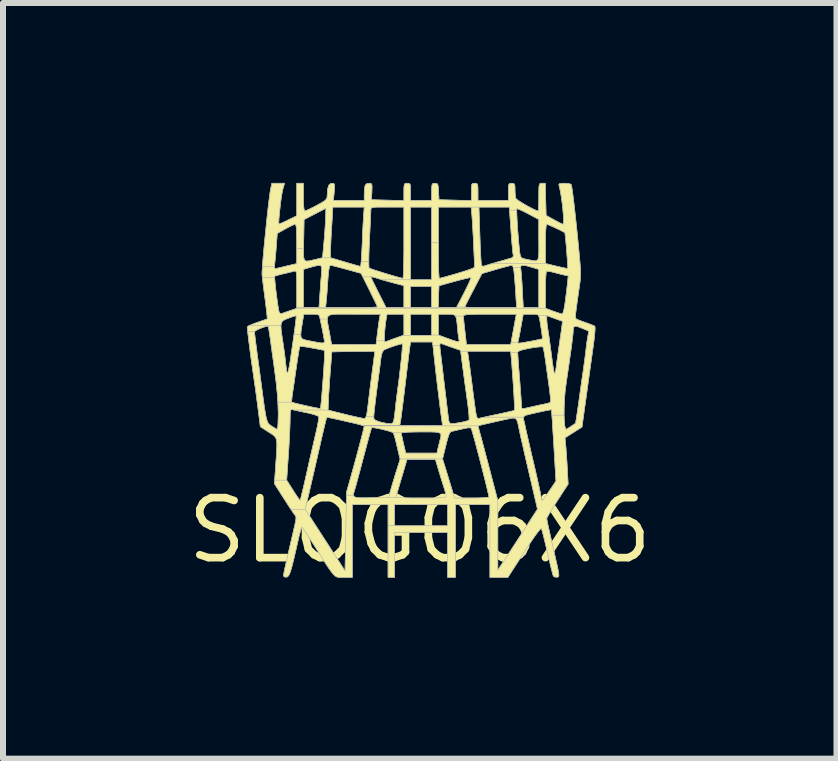
<source format=kicad_pcb>
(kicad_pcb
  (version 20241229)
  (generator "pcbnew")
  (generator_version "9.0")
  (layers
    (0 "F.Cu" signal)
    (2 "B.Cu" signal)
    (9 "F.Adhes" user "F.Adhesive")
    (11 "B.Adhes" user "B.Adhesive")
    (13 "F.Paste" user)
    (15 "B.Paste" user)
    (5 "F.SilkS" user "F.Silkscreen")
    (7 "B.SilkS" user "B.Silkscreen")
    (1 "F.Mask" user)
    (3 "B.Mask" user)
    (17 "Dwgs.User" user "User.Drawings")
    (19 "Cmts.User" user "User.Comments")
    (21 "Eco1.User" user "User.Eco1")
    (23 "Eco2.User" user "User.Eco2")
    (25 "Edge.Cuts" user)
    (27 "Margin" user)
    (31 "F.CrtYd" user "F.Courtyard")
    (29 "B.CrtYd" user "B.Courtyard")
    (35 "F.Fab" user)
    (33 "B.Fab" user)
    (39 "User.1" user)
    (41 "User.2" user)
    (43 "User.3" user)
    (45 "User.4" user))
  (footprint "SLOGO6X6"
    (layer "F.Cu")
    (at 3.948 3.29)
    (property "Reference" "SLOGO6X6" (at 0 2.5 0) (layer "F.SilkS") (effects (font (size 1 1) (thickness 0.127))))
    (attr through_hole)
    (fp_poly (pts (xy -2.284 -3.181) (xy -2.295 -3.128) (xy -2.308 -3.05) (xy -2.321 -2.956) (xy -2.332 -2.856) (xy -2.342 -2.761) (xy -2.349 -2.681) (xy -2.351 -2.626) (xy -2.348 -2.606) (xy -2.327 -2.612) (xy -2.277 -2.633) (xy -2.208 -2.666) (xy -2.196 -2.672) (xy -2.051 -2.743) (xy -2.051 -3.285) (xy -1.94 -3.285) (xy -1.94 -3.054) (xy -1.938 -2.942) (xy -1.932 -2.865) (xy -1.922 -2.826) (xy -1.917 -2.822) (xy -1.889 -2.832) (xy -1.832 -2.858) (xy -1.756 -2.896) (xy -1.719 -2.916) (xy -1.635 -2.962) (xy -1.583 -2.995) (xy -1.556 -3.023) (xy -1.545 -3.052) (xy -1.544 -3.079) (xy -1.537 -3.185) (xy -1.517 -3.252) (xy -1.482 -3.283) (xy -1.464 -3.285) (xy -1.437 -3.283) (xy -1.423 -3.269) (xy -1.419 -3.235) (xy -1.424 -3.169) (xy -1.426 -3.142) (xy -1.44 -2.999) (xy -0.926 -2.999) (xy -0.926 -3.107) (xy -0.922 -3.198) (xy -0.909 -3.253) (xy -0.882 -3.279) (xy -0.846 -3.285) (xy -0.817 -3.283) (xy -0.801 -3.268) (xy -0.796 -3.232) (xy -0.798 -3.164) (xy -0.798 -3.147) (xy -0.805 -3.01) (xy -0.535 -3.003) (xy -0.265 -2.997) (xy -0.265 -3.141) (xy -0.264 -3.219) (xy -0.258 -3.262) (xy -0.245 -3.281) (xy -0.219 -3.285) (xy -0.209 -3.285) (xy -0.18 -3.283) (xy -0.163 -3.269) (xy -0.156 -3.233) (xy -0.154 -3.165) (xy -0.154 -3.142) (xy -0.154 -2.999) (xy 0.198 -2.999) (xy 0.198 -3.142) (xy 0.199 -3.219) (xy 0.205 -3.262) (xy 0.219 -3.281) (xy 0.244 -3.285) (xy 0.253 -3.285) (xy 0.282 -3.282) (xy 0.299 -3.266) (xy 0.308 -3.227) (xy 0.313 -3.154) (xy 0.313 -3.147) (xy 0.32 -3.01) (xy 0.59 -3.003) (xy 0.86 -2.997) (xy 0.86 -3.141) (xy 0.861 -3.219) (xy 0.866 -3.262) (xy 0.88 -3.281) (xy 0.906 -3.285) (xy 0.915 -3.285) (xy 0.945 -3.283) (xy 0.961 -3.269) (xy 0.968 -3.233) (xy 0.97 -3.165) (xy 0.97 -3.142) (xy 0.97 -2.999) (xy 1.477 -2.999) (xy 1.477 -3.142) (xy 1.478 -3.219) (xy 1.484 -3.262) (xy 1.497 -3.281) (xy 1.523 -3.285) (xy 1.532 -3.285) (xy 1.565 -3.282) (xy 1.582 -3.263) (xy 1.587 -3.218) (xy 1.587 -3.177) (xy 1.59 -3.105) (xy 1.597 -3.049) (xy 1.601 -3.032) (xy 1.624 -3.011) (xy 1.676 -2.976) (xy 1.745 -2.934) (xy 1.82 -2.892) (xy 1.891 -2.855) (xy 1.946 -2.83) (xy 1.973 -2.822) (xy 1.978 -2.843) (xy 1.981 -2.898) (xy 1.984 -2.98) (xy 1.984 -3.054) (xy 1.985 -3.157) (xy 1.987 -3.224) (xy 1.993 -3.262) (xy 2.004 -3.28) (xy 2.023 -3.285) (xy 2.039 -3.285) (xy 2.093 -3.285) (xy 2.099 -3.017) (xy 2.106 -2.749) (xy 2.238 -2.676) (xy 2.307 -2.639) (xy 2.361 -2.612) (xy 2.389 -2.602) (xy 2.389 -2.602) (xy 2.396 -2.622) (xy 2.397 -2.677) (xy 2.393 -2.757) (xy 2.385 -2.854) (xy 2.373 -2.958) (xy 2.359 -3.061) (xy 2.343 -3.154) (xy 2.327 -3.227) (xy 2.324 -3.236) (xy 2.319 -3.266) (xy 2.334 -3.28) (xy 2.377 -3.285) (xy 2.41 -3.285) (xy 2.474 -3.281) (xy 2.517 -3.269) (xy 2.525 -3.263) (xy 2.532 -3.232) (xy 2.543 -3.162) (xy 2.557 -3.056) (xy 2.574 -2.918) (xy 2.592 -2.753) (xy 2.613 -2.563) (xy 2.634 -2.354) (xy 2.655 -2.134) (xy 2.668 -1.991) (xy 2.676 -1.881) (xy 2.679 -1.793) (xy 2.678 -1.715) (xy 2.671 -1.638) (xy 2.659 -1.549) (xy 2.657 -1.539) (xy 2.634 -1.378) (xy 2.617 -1.256) (xy 2.605 -1.166) (xy 2.598 -1.104) (xy 2.596 -1.063) (xy 2.599 -1.039) (xy 2.606 -1.026) (xy 2.617 -1.019) (xy 2.622 -1.016) (xy 2.661 -1) (xy 2.726 -0.976) (xy 2.778 -0.958) (xy 2.847 -0.933) (xy 2.899 -0.912) (xy 2.918 -0.902) (xy 2.922 -0.876) (xy 2.92 -0.815) (xy 2.912 -0.729) (xy 2.901 -0.637) (xy 2.884 -0.513) (xy 2.863 -0.365) (xy 2.842 -0.212) (xy 2.823 -0.077) (xy 2.803 0.068) (xy 2.781 0.228) (xy 2.759 0.384) (xy 2.742 0.505) (xy 2.704 0.779) (xy 2.563 0.869) (xy 2.421 0.959) (xy 2.434 1.091) (xy 2.44 1.17) (xy 2.448 1.276) (xy 2.455 1.395) (xy 2.46 1.477) (xy 2.473 1.731) (xy 2.295 2.005) (xy 2.232 2.103) (xy 2.179 2.189) (xy 2.14 2.256) (xy 2.119 2.296) (xy 2.117 2.304) (xy 2.121 2.333) (xy 2.134 2.398) (xy 2.154 2.489) (xy 2.179 2.599) (xy 2.195 2.67) (xy 2.236 2.846) (xy 2.267 2.985) (xy 2.291 3.09) (xy 2.307 3.166) (xy 2.316 3.218) (xy 2.318 3.251) (xy 2.316 3.269) (xy 2.308 3.277) (xy 2.297 3.28) (xy 2.287 3.282) (xy 2.244 3.277) (xy 2.227 3.264) (xy 2.217 3.235) (xy 2.2 3.17) (xy 2.177 3.078) (xy 2.15 2.965) (xy 2.128 2.87) (xy 2.099 2.747) (xy 2.073 2.638) (xy 2.051 2.55) (xy 2.035 2.492) (xy 2.029 2.472) (xy 2.011 2.479) (xy 1.973 2.524) (xy 1.912 2.606) (xy 1.831 2.726) (xy 1.741 2.864) (xy 1.469 3.285) (xy 1.169 3.285) (xy 1.169 2.073) (xy 0.595 2.073) (xy 0.595 3.285) (xy 0.463 3.285) (xy 0.463 2.536) (xy -0.419 2.536) (xy -0.419 3.285) (xy -0.529 3.285) (xy -0.529 2.073) (xy -0.419 2.073) (xy -0.419 2.425) (xy 0.463 2.425) (xy 0.463 2.073) (xy -0.419 2.073) (xy -0.529 2.073) (xy -1.124 2.073) (xy -1.124 3.285) (xy -1.266 3.285) (xy -1.314 3.286) (xy -1.351 3.285) (xy -1.383 3.278) (xy -1.414 3.261) (xy -1.446 3.229) (xy -1.485 3.179) (xy -1.535 3.107) (xy -1.598 3.008) (xy -1.681 2.877) (xy -1.72 2.815) (xy -1.792 2.703) (xy -1.856 2.604) (xy -1.908 2.525) (xy -1.946 2.472) (xy -1.964 2.449) (xy -1.965 2.448) (xy -1.975 2.468) (xy -1.992 2.522) (xy -2.013 2.6) (xy -2.027 2.662) (xy -2.068 2.842) (xy -2.101 2.984) (xy -2.128 3.091) (xy -2.15 3.169) (xy -2.169 3.223) (xy -2.187 3.256) (xy -2.203 3.274) (xy -2.221 3.281) (xy -2.223 3.281) (xy -2.262 3.276) (xy -2.271 3.251) (xy -2.266 3.218) (xy -2.253 3.15) (xy -2.232 3.056) (xy -2.207 2.944) (xy -2.192 2.881) (xy -2.151 2.705) (xy -2.119 2.568) (xy -2.095 2.463) (xy -2.078 2.387) (xy -2.068 2.334) (xy -2.064 2.3) (xy -2.064 2.278) (xy -2.068 2.266) (xy -2.075 2.256) (xy -2.081 2.249) (xy -2.103 2.219) (xy -2.143 2.159) (xy -2.149 2.15) (xy -1.91 2.15) (xy -1.578 2.663) (xy -1.246 3.177) (xy -1.234 2.52) (xy -1.222 1.915) (xy -1.105 1.915) (xy -1.094 1.94) (xy -1.059 1.954) (xy -0.996 1.959) (xy -0.899 1.959) (xy -0.811 1.957) (xy -0.52 1.951) (xy -0.52 1.951) (xy -0.397 1.951) (xy -0.376 1.954) (xy -0.318 1.957) (xy -0.229 1.96) (xy -0.116 1.962) (xy 0.013 1.962) (xy 0.022 1.962) (xy 0.173 1.962) (xy 0.285 1.96) (xy 0.363 1.956) (xy 0.412 1.95) (xy 0.436 1.942) (xy 0.441 1.933) (xy 0.434 1.896) (xy 0.418 1.835) (xy 0.409 1.806) (xy 0.388 1.739) (xy 0.359 1.647) (xy 0.328 1.546) (xy 0.319 1.516) (xy 0.262 1.323) (xy -0.214 1.323) (xy -0.305 1.631) (xy -0.338 1.741) (xy -0.365 1.835) (xy -0.385 1.906) (xy -0.396 1.945) (xy -0.397 1.951) (xy -0.52 1.951) (xy -0.479 1.808) (xy -0.451 1.713) (xy -0.417 1.6) (xy -0.384 1.493) (xy -0.383 1.491) (xy -0.328 1.317) (xy -0.33 1.31) (xy 0.38 1.31) (xy 0.445 1.52) (xy 0.477 1.626) (xy 0.509 1.731) (xy 0.536 1.818) (xy 0.544 1.847) (xy 0.579 1.962) (xy 0.862 1.962) (xy 0.968 1.961) (xy 1.058 1.958) (xy 1.122 1.953) (xy 1.152 1.947) (xy 1.153 1.946) (xy 1.149 1.922) (xy 1.136 1.863) (xy 1.115 1.775) (xy 1.088 1.664) (xy 1.056 1.539) (xy 1.022 1.405) (xy 0.987 1.269) (xy 0.952 1.138) (xy 0.921 1.019) (xy 0.893 0.92) (xy 0.872 0.846) (xy 0.859 0.804) (xy 0.859 0.802) (xy 0.838 0.791) (xy 0.787 0.794) (xy 0.717 0.809) (xy 0.638 0.827) (xy 0.57 0.843) (xy 0.537 0.85) (xy 0.514 0.86) (xy 0.494 0.887) (xy 0.475 0.937) (xy 0.452 1.018) (xy 0.435 1.085) (xy 0.38 1.31) (xy -0.33 1.31) (xy -0.378 1.105) (xy -0.4 1.013) (xy -0.42 0.937) (xy -0.436 0.888) (xy -0.441 0.876) (xy -0.309 0.876) (xy -0.304 0.905) (xy -0.292 0.964) (xy -0.275 1.041) (xy -0.272 1.053) (xy -0.234 1.213) (xy 0.286 1.213) (xy 0.299 1.152) (xy 0.315 1.087) (xy 0.333 1.015) (xy 0.333 1.014) (xy 0.348 0.956) (xy 0.354 0.915) (xy 0.345 0.887) (xy 0.317 0.871) (xy 0.263 0.863) (xy 0.177 0.86) (xy 0.054 0.86) (xy 0.022 0.86) (xy -0.093 0.861) (xy -0.191 0.864) (xy -0.264 0.868) (xy -0.304 0.873) (xy -0.309 0.876) (xy -0.441 0.876) (xy -0.441 0.876) (xy -0.469 0.862) (xy -0.525 0.844) (xy -0.597 0.825) (xy -0.673 0.807) (xy -0.741 0.794) (xy -0.789 0.789) (xy -0.803 0.791) (xy -0.811 0.816) (xy -0.829 0.876) (xy -0.853 0.964) (xy -0.882 1.072) (xy -0.902 1.147) (xy -0.95 1.326) (xy -0.987 1.468) (xy -1.017 1.578) (xy -1.039 1.661) (xy -1.056 1.723) (xy -1.068 1.768) (xy -1.078 1.802) (xy -1.083 1.817) (xy -1.1 1.874) (xy -1.105 1.915) (xy -1.222 1.915) (xy -1.221 1.863) (xy -1.131 1.543) (xy -1.097 1.42) (xy -1.061 1.289) (xy -1.026 1.158) (xy -0.993 1.035) (xy -0.965 0.927) (xy -0.943 0.841) (xy -0.93 0.784) (xy -0.926 0.765) (xy -0.938 0.759) (xy 0.97 0.759) (xy 0.976 0.78) (xy 0.99 0.833) (xy 1.01 0.907) (xy 1.015 0.923) (xy 1.034 0.994) (xy 1.062 1.099) (xy 1.096 1.227) (xy 1.134 1.37) (xy 1.173 1.518) (xy 1.18 1.546) (xy 1.301 2.007) (xy 1.301 3.163) (xy 1.374 3.053) (xy 1.408 3.001) (xy 1.462 2.92) (xy 1.529 2.816) (xy 1.606 2.698) (xy 1.687 2.573) (xy 1.705 2.545) (xy 1.962 2.147) (xy 1.821 1.542) (xy 1.783 1.377) (xy 1.746 1.219) (xy 1.714 1.076) (xy 1.686 0.954) (xy 1.666 0.861) (xy 1.654 0.803) (xy 1.653 0.802) (xy 1.635 0.712) (xy 1.616 0.657) (xy 1.588 0.632) (xy 1.541 0.63) (xy 1.466 0.645) (xy 1.443 0.65) (xy 1.266 0.689) (xy 1.13 0.72) (xy 1.035 0.742) (xy 0.982 0.755) (xy 0.97 0.759) (xy -0.938 0.759) (xy -0.946 0.755) (xy -0.964 0.75) (xy -0.334 0.75) (xy 0.38 0.75) (xy 0.367 0.664) (xy 0.359 0.608) (xy 0.347 0.516) (xy 0.332 0.396) (xy 0.315 0.256) (xy 0.296 0.105) (xy 0.278 -0.051) (xy 0.26 -0.203) (xy 0.245 -0.344) (xy 0.238 -0.402) (xy 0.219 -0.582) (xy 0.333 -0.582) (xy 0.339 -0.518) (xy 0.339 -0.516) (xy 0.346 -0.461) (xy 0.357 -0.371) (xy 0.371 -0.254) (xy 0.387 -0.119) (xy 0.404 0.025) (xy 0.408 0.055) (xy 0.425 0.201) (xy 0.442 0.338) (xy 0.456 0.458) (xy 0.468 0.553) (xy 0.475 0.615) (xy 0.476 0.623) (xy 0.484 0.678) (xy 0.497 0.71) (xy 0.525 0.723) (xy 0.577 0.72) (xy 0.661 0.706) (xy 0.674 0.704) (xy 0.746 0.689) (xy 0.8 0.674) (xy 0.82 0.665) (xy 0.823 0.639) (xy 0.82 0.578) (xy 0.812 0.493) (xy 0.803 0.419) (xy 0.773 0.2) (xy 0.748 0.021) (xy 0.729 -0.124) (xy 0.713 -0.237) (xy 0.702 -0.324) (xy 0.694 -0.388) (xy 0.682 -0.485) (xy 0.795 -0.485) (xy 0.805 -0.424) (xy 0.811 -0.384) (xy 0.822 -0.308) (xy 0.836 -0.204) (xy 0.852 -0.08) (xy 0.87 0.056) (xy 0.871 0.066) (xy 0.893 0.241) (xy 0.911 0.376) (xy 0.925 0.477) (xy 0.936 0.549) (xy 0.946 0.596) (xy 0.956 0.623) (xy 0.967 0.635) (xy 0.979 0.637) (xy 0.995 0.633) (xy 1.006 0.63) (xy 1.049 0.62) (xy 1.072 0.615) (xy 1.727 0.615) (xy 1.73 0.648) (xy 1.742 0.698) (xy 1.758 0.769) (xy 1.763 0.794) (xy 1.774 0.845) (xy 1.794 0.931) (xy 1.82 1.044) (xy 1.85 1.175) (xy 1.883 1.317) (xy 1.893 1.356) (xy 1.926 1.499) (xy 1.957 1.633) (xy 1.983 1.751) (xy 2.003 1.843) (xy 2.015 1.903) (xy 2.017 1.913) (xy 2.028 1.97) (xy 2.038 2.003) (xy 2.041 2.006) (xy 2.056 1.989) (xy 2.09 1.944) (xy 2.136 1.878) (xy 2.16 1.843) (xy 2.27 1.679) (xy 2.235 1.088) (xy 2.225 0.931) (xy 2.216 0.79) (xy 2.209 0.669) (xy 2.202 0.581) (xy 2.405 0.581) (xy 2.409 0.683) (xy 2.417 0.76) (xy 2.43 0.806) (xy 2.441 0.816) (xy 2.464 0.804) (xy 2.509 0.776) (xy 2.521 0.768) (xy 2.567 0.736) (xy 2.594 0.718) (xy 2.596 0.717) (xy 2.601 0.695) (xy 2.61 0.637) (xy 2.623 0.552) (xy 2.639 0.445) (xy 2.646 0.395) (xy 2.665 0.256) (xy 2.686 0.107) (xy 2.706 -0.033) (xy 2.723 -0.149) (xy 2.724 -0.154) (xy 2.739 -0.266) (xy 2.754 -0.377) (xy 2.765 -0.469) (xy 2.77 -0.507) (xy 2.78 -0.598) (xy 2.794 -0.689) (xy 2.8 -0.724) (xy 2.817 -0.82) (xy 2.719 -0.862) (xy 2.639 -0.893) (xy 2.59 -0.902) (xy 2.566 -0.886) (xy 2.558 -0.846) (xy 2.558 -0.832) (xy 2.557 -0.805) (xy 2.553 -0.765) (xy 2.547 -0.708) (xy 2.537 -0.631) (xy 2.524 -0.528) (xy 2.505 -0.397) (xy 2.482 -0.233) (xy 2.452 -0.031) (xy 2.436 0.081) (xy 2.421 0.205) (xy 2.411 0.335) (xy 2.406 0.463) (xy 2.405 0.581) (xy 2.202 0.581) (xy 2.202 0.575) (xy 2.197 0.514) (xy 2.195 0.491) (xy 2.195 0.491) (xy 2.173 0.493) (xy 2.119 0.502) (xy 2.045 0.518) (xy 1.961 0.536) (xy 1.878 0.555) (xy 1.808 0.572) (xy 1.762 0.584) (xy 1.754 0.587) (xy 1.727 0.615) (xy 1.072 0.615) (xy 1.125 0.603) (xy 1.221 0.582) (xy 1.317 0.562) (xy 1.417 0.54) (xy 1.5 0.521) (xy 1.557 0.508) (xy 1.579 0.501) (xy 1.58 0.477) (xy 1.578 0.418) (xy 1.574 0.329) (xy 1.568 0.218) (xy 1.56 0.093) (xy 1.551 -0.04) (xy 1.541 -0.171) (xy 1.532 -0.295) (xy 1.53 -0.314) (xy 1.517 -0.464) (xy 1.632 -0.464) (xy 1.634 -0.432) (xy 1.638 -0.364) (xy 1.645 -0.266) (xy 1.654 -0.148) (xy 1.664 -0.015) (xy 1.665 -0.011) (xy 1.675 0.122) (xy 1.684 0.242) (xy 1.691 0.341) (xy 1.695 0.411) (xy 1.697 0.444) (xy 1.697 0.445) (xy 1.701 0.463) (xy 1.719 0.47) (xy 1.759 0.466) (xy 1.832 0.449) (xy 1.836 0.449) (xy 1.927 0.428) (xy 2.018 0.408) (xy 2.068 0.398) (xy 2.129 0.384) (xy 2.17 0.371) (xy 2.176 0.367) (xy 2.18 0.34) (xy 2.177 0.281) (xy 2.168 0.2) (xy 2.165 0.171) (xy 2.151 0.071) (xy 2.134 -0.054) (xy 2.115 -0.186) (xy 2.103 -0.276) (xy 2.088 -0.379) (xy 2.074 -0.467) (xy 2.061 -0.529) (xy 2.053 -0.556) (xy 2.053 -0.557) (xy 2.026 -0.56) (xy 1.966 -0.555) (xy 1.884 -0.544) (xy 1.835 -0.535) (xy 1.733 -0.514) (xy 1.669 -0.495) (xy 1.637 -0.477) (xy 1.632 -0.464) (xy 1.517 -0.464) (xy 1.516 -0.485) (xy 0.795 -0.485) (xy 0.682 -0.485) (xy 0.68 -0.5) (xy 0.533 -0.551) (xy 0.455 -0.578) (xy 0.392 -0.601) (xy 0.356 -0.613) (xy 0.356 -0.613) (xy 0.339 -0.611) (xy 0.333 -0.582) (xy 0.219 -0.582) (xy 0.212 -0.639) (xy -0.152 -0.639) (xy -0.164 -0.568) (xy -0.17 -0.527) (xy -0.18 -0.448) (xy -0.193 -0.34) (xy -0.209 -0.209) (xy -0.227 -0.06) (xy -0.242 0.066) (xy -0.261 0.222) (xy -0.279 0.366) (xy -0.295 0.492) (xy -0.308 0.592) (xy -0.317 0.661) (xy -0.322 0.689) (xy -0.334 0.75) (xy -0.964 0.75) (xy -0.998 0.739) (xy -1.072 0.721) (xy -1.08 0.719) (xy -1.189 0.694) (xy -1.31 0.666) (xy -1.39 0.648) (xy -1.467 0.631) (xy -1.524 0.621) (xy -1.552 0.62) (xy -1.553 0.62) (xy -1.559 0.643) (xy -1.574 0.703) (xy -1.596 0.793) (xy -1.623 0.907) (xy -1.653 1.038) (xy -1.665 1.091) (xy -1.702 1.253) (xy -1.741 1.423) (xy -1.779 1.588) (xy -1.813 1.735) (xy -1.84 1.852) (xy -1.91 2.15) (xy -2.149 2.15) (xy -2.196 2.079) (xy -2.256 1.985) (xy -2.266 1.97) (xy -2.423 1.724) (xy -2.419 1.665) (xy -2.219 1.665) (xy -2.11 1.836) (xy -2.062 1.91) (xy -2.023 1.967) (xy -1.999 1.998) (xy -1.994 2.001) (xy -1.987 1.978) (xy -1.972 1.919) (xy -1.951 1.83) (xy -1.924 1.717) (xy -1.895 1.587) (xy -1.887 1.554) (xy -1.853 1.4) (xy -1.817 1.243) (xy -1.782 1.094) (xy -1.752 0.964) (xy -1.731 0.873) (xy -1.709 0.774) (xy -1.693 0.69) (xy -1.684 0.63) (xy -1.684 0.606) (xy -1.708 0.59) (xy -1.766 0.57) (xy -1.845 0.549) (xy -1.878 0.542) (xy -1.969 0.523) (xy -2.048 0.506) (xy -2.091 0.496) (xy -1.529 0.496) (xy -1.387 0.532) (xy -1.248 0.566) (xy -1.125 0.596) (xy -1.024 0.618) (xy -0.953 0.633) (xy -0.924 0.637) (xy -0.918 0.635) (xy -0.767 0.635) (xy -0.767 0.635) (xy -0.739 0.667) (xy -0.668 0.693) (xy -0.65 0.698) (xy -0.555 0.718) (xy -0.494 0.725) (xy -0.458 0.716) (xy -0.439 0.692) (xy -0.433 0.667) (xy -0.424 0.611) (xy -0.414 0.532) (xy -0.407 0.474) (xy -0.399 0.393) (xy -0.386 0.286) (xy -0.371 0.17) (xy -0.363 0.11) (xy -0.344 -0.033) (xy -0.328 -0.173) (xy -0.313 -0.306) (xy -0.301 -0.422) (xy -0.293 -0.515) (xy -0.29 -0.58) (xy -0.291 -0.607) (xy -0.292 -0.608) (xy -0.315 -0.605) (xy -0.367 -0.591) (xy -0.435 -0.57) (xy -0.505 -0.545) (xy -0.567 -0.52) (xy -0.598 -0.506) (xy -0.626 -0.467) (xy -0.645 -0.387) (xy -0.649 -0.359) (xy -0.657 -0.296) (xy -0.669 -0.198) (xy -0.685 -0.077) (xy -0.703 0.059) (xy -0.719 0.183) (xy -0.736 0.315) (xy -0.75 0.434) (xy -0.761 0.532) (xy -0.767 0.601) (xy -0.767 0.635) (xy -0.918 0.635) (xy -0.907 0.63) (xy -0.893 0.601) (xy -0.88 0.545) (xy -0.868 0.452) (xy -0.864 0.424) (xy -0.852 0.322) (xy -0.836 0.191) (xy -0.818 0.046) (xy -0.799 -0.097) (xy -0.795 -0.132) (xy -0.779 -0.25) (xy -0.766 -0.35) (xy -0.756 -0.427) (xy -0.751 -0.472) (xy -0.75 -0.48) (xy -0.77 -0.482) (xy -0.828 -0.483) (xy -0.915 -0.482) (xy -1.024 -0.481) (xy -1.108 -0.48) (xy -1.466 -0.474) (xy -1.492 -0.143) (xy -1.502 -0.012) (xy -1.51 0.119) (xy -1.518 0.235) (xy -1.522 0.324) (xy -1.523 0.342) (xy -1.529 0.496) (xy -2.091 0.496) (xy -2.102 0.494) (xy -2.111 0.492) (xy -2.135 0.488) (xy -2.15 0.496) (xy -2.158 0.524) (xy -2.161 0.58) (xy -2.162 0.671) (xy -2.162 0.676) (xy -2.165 0.765) (xy -2.169 0.885) (xy -2.177 1.026) (xy -2.185 1.173) (xy -2.192 1.268) (xy -2.219 1.665) (xy -2.419 1.665) (xy -2.403 1.43) (xy -2.392 1.275) (xy -2.385 1.158) (xy -2.382 1.073) (xy -2.386 1.011) (xy -2.397 0.968) (xy -2.416 0.937) (xy -2.446 0.911) (xy -2.487 0.884) (xy -2.52 0.863) (xy -2.658 0.773) (xy -2.698 0.458) (xy -2.717 0.314) (xy -2.738 0.156) (xy -2.76 0.004) (xy -2.778 -0.121) (xy -2.793 -0.226) (xy -2.81 -0.346) (xy -2.827 -0.472) (xy -2.843 -0.596) (xy -2.857 -0.708) (xy -2.868 -0.801) (xy -2.869 -0.809) (xy -2.756 -0.809) (xy -2.753 -0.779) (xy -2.745 -0.713) (xy -2.734 -0.621) (xy -2.719 -0.51) (xy -2.712 -0.452) (xy -2.693 -0.31) (xy -2.672 -0.159) (xy -2.653 -0.015) (xy -2.637 0.104) (xy -2.635 0.118) (xy -2.612 0.293) (xy -2.593 0.43) (xy -2.577 0.534) (xy -2.563 0.61) (xy -2.549 0.663) (xy -2.535 0.7) (xy -2.518 0.725) (xy -2.497 0.744) (xy -2.472 0.762) (xy -2.471 0.763) (xy -2.419 0.795) (xy -2.383 0.814) (xy -2.376 0.816) (xy -2.37 0.795) (xy -2.364 0.739) (xy -2.361 0.655) (xy -2.359 0.553) (xy -2.359 0.546) (xy -2.364 0.397) (xy -2.366 0.363) (xy -2.135 0.363) (xy -2.135 0.364) (xy -2.111 0.372) (xy -2.055 0.387) (xy -1.978 0.405) (xy -1.891 0.425) (xy -1.805 0.444) (xy -1.73 0.459) (xy -1.677 0.469) (xy -1.657 0.471) (xy -1.652 0.448) (xy -1.646 0.389) (xy -1.637 0.299) (xy -1.628 0.187) (xy -1.619 0.073) (xy -1.609 -0.061) (xy -1.6 -0.186) (xy -1.594 -0.293) (xy -1.589 -0.372) (xy -1.588 -0.409) (xy -1.587 -0.499) (xy -1.788 -0.537) (xy -1.877 -0.553) (xy -1.948 -0.563) (xy -1.991 -0.567) (xy -1.999 -0.566) (xy -2.006 -0.542) (xy -2.017 -0.482) (xy -2.031 -0.395) (xy -2.047 -0.29) (xy -2.051 -0.262) (xy -2.07 -0.134) (xy -2.088 -0.006) (xy -2.105 0.109) (xy -2.118 0.195) (xy -2.118 0.195) (xy -2.129 0.274) (xy -2.135 0.334) (xy -2.135 0.363) (xy -2.366 0.363) (xy -2.376 0.22) (xy -2.395 0.03) (xy -2.413 -0.11) (xy -2.432 -0.254) (xy -2.452 -0.399) (xy -2.471 -0.534) (xy -2.486 -0.645) (xy -2.493 -0.695) (xy -2.506 -0.783) (xy -2.517 -0.853) (xy -2.524 -0.894) (xy -2.526 -0.901) (xy -2.551 -0.901) (xy -2.601 -0.887) (xy -2.66 -0.865) (xy -2.715 -0.839) (xy -2.75 -0.817) (xy -2.756 -0.809) (xy -2.869 -0.809) (xy -2.875 -0.865) (xy -2.877 -0.889) (xy -2.858 -0.905) (xy -2.835 -0.916) (xy -2.315 -0.916) (xy -2.312 -0.847) (xy -2.299 -0.748) (xy -2.284 -0.65) (xy -2.267 -0.537) (xy -2.251 -0.417) (xy -2.238 -0.314) (xy -2.237 -0.298) (xy -2.228 -0.219) (xy -2.221 -0.163) (xy -2.213 -0.131) (xy -2.204 -0.126) (xy -2.193 -0.152) (xy -2.18 -0.209) (xy -2.164 -0.3) (xy -2.145 -0.429) (xy -2.12 -0.597) (xy -2.097 -0.76) (xy -2.096 -0.766) (xy -1.984 -0.766) (xy -1.98 -0.719) (xy -1.96 -0.692) (xy -1.923 -0.676) (xy -1.869 -0.664) (xy -1.794 -0.649) (xy -1.731 -0.637) (xy -1.709 -0.632) (xy -1.632 -0.621) (xy -1.592 -0.628) (xy -1.587 -0.639) (xy -1.592 -0.669) (xy -1.603 -0.731) (xy -1.618 -0.812) (xy -1.622 -0.832) (xy -1.64 -0.92) (xy -1.656 -0.997) (xy -1.661 -1.021) (xy -1.543 -1.021) (xy -1.537 -0.962) (xy -1.522 -0.88) (xy -1.507 -0.801) (xy -1.47 -0.595) (xy -1.099 -0.595) (xy -0.976 -0.596) (xy -0.871 -0.597) (xy -0.79 -0.598) (xy -0.74 -0.6) (xy -0.728 -0.601) (xy -0.725 -0.633) (xy -0.722 -0.659) (xy -0.592 -0.659) (xy -0.588 -0.639) (xy -0.56 -0.647) (xy -0.525 -0.659) (xy -0.474 -0.679) (xy -0.403 -0.704) (xy -0.369 -0.716) (xy -0.265 -0.753) (xy -0.265 -1.102) (xy -0.154 -1.102) (xy -0.154 -0.75) (xy 0.198 -0.75) (xy 0.198 -1.102) (xy 0.309 -1.102) (xy 0.309 -0.755) (xy 0.458 -0.7) (xy 0.553 -0.666) (xy 0.613 -0.648) (xy 0.646 -0.645) (xy 0.657 -0.657) (xy 0.654 -0.678) (xy 0.646 -0.719) (xy 0.637 -0.788) (xy 0.629 -0.871) (xy 0.619 -0.974) (xy 0.608 -1.04) (xy 0.595 -1.07) (xy 0.728 -1.07) (xy 0.73 -1.035) (xy 0.736 -0.968) (xy 0.746 -0.879) (xy 0.753 -0.817) (xy 0.778 -0.595) (xy 1.516 -0.595) (xy 1.522 -0.629) (xy 1.633 -0.629) (xy 1.641 -0.621) (xy 1.668 -0.62) (xy 1.72 -0.628) (xy 1.806 -0.643) (xy 1.855 -0.652) (xy 1.939 -0.669) (xy 2.004 -0.682) (xy 2.041 -0.691) (xy 2.044 -0.692) (xy 2.044 -0.715) (xy 2.037 -0.768) (xy 2.027 -0.842) (xy 2.014 -0.922) (xy 2.002 -0.998) (xy 1.998 -1.017) (xy 2.117 -1.017) (xy 2.12 -0.96) (xy 2.13 -0.882) (xy 2.137 -0.836) (xy 2.148 -0.767) (xy 2.162 -0.668) (xy 2.178 -0.551) (xy 2.194 -0.431) (xy 2.194 -0.43) (xy 2.212 -0.291) (xy 2.227 -0.193) (xy 2.239 -0.135) (xy 2.249 -0.114) (xy 2.258 -0.127) (xy 2.267 -0.172) (xy 2.274 -0.22) (xy 2.285 -0.308) (xy 2.301 -0.421) (xy 2.317 -0.538) (xy 2.324 -0.584) (xy 2.339 -0.689) (xy 2.354 -0.789) (xy 2.365 -0.867) (xy 2.368 -0.894) (xy 2.38 -0.984) (xy 2.249 -1.031) (xy 2.117 -1.079) (xy 2.117 -1.017) (xy 1.998 -1.017) (xy 1.993 -1.042) (xy 1.983 -1.076) (xy 1.964 -1.094) (xy 1.923 -1.101) (xy 1.853 -1.102) (xy 1.725 -1.102) (xy 1.686 -0.887) (xy 1.669 -0.793) (xy 1.653 -0.713) (xy 1.642 -0.66) (xy 1.637 -0.645) (xy 1.633 -0.629) (xy 1.522 -0.629) (xy 1.553 -0.799) (xy 1.571 -0.895) (xy 1.586 -0.978) (xy 1.597 -1.037) (xy 1.6 -1.053) (xy 1.61 -1.102) (xy 1.169 -1.102) (xy 1.016 -1.102) (xy 0.902 -1.1) (xy 0.822 -1.097) (xy 0.77 -1.092) (xy 0.74 -1.085) (xy 0.729 -1.075) (xy 0.728 -1.07) (xy 0.595 -1.07) (xy 0.59 -1.079) (xy 0.56 -1.097) (xy 0.51 -1.102) (xy 0.451 -1.102) (xy 0.309 -1.102) (xy 0.198 -1.102) (xy -0.154 -1.102) (xy -0.265 -1.102) (xy -0.546 -1.102) (xy -0.559 -1.031) (xy -0.57 -0.956) (xy -0.58 -0.87) (xy -0.587 -0.785) (xy -0.591 -0.711) (xy -0.592 -0.659) (xy -0.722 -0.659) (xy -0.717 -0.696) (xy -0.707 -0.778) (xy -0.696 -0.866) (xy -0.685 -0.948) (xy -0.675 -1.012) (xy -0.67 -1.042) (xy -0.658 -1.102) (xy -1.101 -1.102) (xy -1.256 -1.103) (xy -1.372 -1.103) (xy -1.453 -1.099) (xy -1.506 -1.086) (xy -1.534 -1.061) (xy -1.543 -1.021) (xy -1.661 -1.021) (xy -1.666 -1.048) (xy -1.667 -1.053) (xy -1.677 -1.081) (xy -1.7 -1.096) (xy -1.748 -1.102) (xy -1.805 -1.102) (xy -1.934 -1.102) (xy -1.959 -0.949) (xy -1.977 -0.84) (xy -1.984 -0.766) (xy -2.096 -0.766) (xy -2.082 -0.871) (xy -2.07 -0.965) (xy -2.062 -1.035) (xy -2.06 -1.072) (xy -2.06 -1.075) (xy -2.082 -1.072) (xy -2.134 -1.056) (xy -2.191 -1.035) (xy -2.246 -1.014) (xy -2.284 -0.991) (xy -2.306 -0.961) (xy -2.315 -0.916) (xy -2.835 -0.916) (xy -2.807 -0.929) (xy -2.733 -0.957) (xy -2.712 -0.964) (xy -2.634 -0.991) (xy -2.574 -1.012) (xy -2.544 -1.023) (xy -2.542 -1.024) (xy -2.543 -1.046) (xy -2.549 -1.104) (xy -2.559 -1.191) (xy -2.572 -1.299) (xy -2.581 -1.368) (xy -2.597 -1.49) (xy -2.611 -1.6) (xy -2.622 -1.689) (xy -2.624 -1.71) (xy -2.419 -1.71) (xy -2.415 -1.653) (xy -2.407 -1.571) (xy -2.396 -1.475) (xy -2.383 -1.375) (xy -2.37 -1.281) (xy -2.358 -1.203) (xy -2.348 -1.15) (xy -2.346 -1.14) (xy -2.324 -1.112) (xy -2.308 -1.111) (xy -2.273 -1.123) (xy -2.213 -1.144) (xy -2.166 -1.16) (xy -2.051 -1.199) (xy -2.051 -1.516) (xy -2.051 -1.64) (xy -2.053 -1.726) (xy -2.056 -1.781) (xy -2.063 -1.811) (xy -2.074 -1.822) (xy -2.089 -1.821) (xy -2.089 -1.821) (xy -2.13 -1.81) (xy -2.198 -1.793) (xy -2.268 -1.777) (xy -2.341 -1.759) (xy -2.395 -1.744) (xy -2.418 -1.735) (xy -2.419 -1.71) (xy -2.624 -1.71) (xy -2.628 -1.748) (xy -2.629 -1.764) (xy -2.629 -1.811) (xy -2.626 -1.849) (xy -1.94 -1.849) (xy -1.94 -1.213) (xy -1.68 -1.213) (xy -1.57 -1.213) (xy -1.138 -1.213) (xy -1.005 -1.213) (xy -0.889 -1.215) (xy -0.796 -1.217) (xy -0.733 -1.22) (xy -0.706 -1.223) (xy -0.706 -1.223) (xy -0.715 -1.246) (xy -0.74 -1.301) (xy -0.779 -1.38) (xy -0.826 -1.476) (xy -0.842 -1.509) (xy -0.95 -1.725) (xy -0.816 -1.725) (xy -0.806 -1.702) (xy -0.781 -1.648) (xy -0.742 -1.57) (xy -0.696 -1.476) (xy -0.689 -1.463) (xy -0.562 -1.213) (xy -0.413 -1.213) (xy -0.265 -1.213) (xy -0.265 -1.565) (xy -0.154 -1.565) (xy -0.154 -1.213) (xy 0.198 -1.213) (xy 0.307 -1.213) (xy 0.612 -1.213) (xy 0.616 -1.221) (xy 0.75 -1.221) (xy 0.771 -1.219) (xy 0.829 -1.216) (xy 0.918 -1.214) (xy 1.031 -1.213) (xy 1.162 -1.213) (xy 1.182 -1.213) (xy 1.614 -1.213) (xy 1.6 -1.439) (xy 1.589 -1.603) (xy 1.579 -1.728) (xy 1.57 -1.818) (xy 1.559 -1.876) (xy 1.558 -1.881) (xy 1.681 -1.881) (xy 1.684 -1.858) (xy 1.689 -1.813) (xy 1.696 -1.735) (xy 1.703 -1.634) (xy 1.709 -1.52) (xy 1.71 -1.505) (xy 1.725 -1.213) (xy 1.984 -1.213) (xy 1.984 -1.503) (xy 2.095 -1.503) (xy 2.095 -1.201) (xy 2.221 -1.154) (xy 2.293 -1.129) (xy 2.348 -1.111) (xy 2.372 -1.105) (xy 2.387 -1.124) (xy 2.403 -1.18) (xy 2.418 -1.263) (xy 2.421 -1.284) (xy 2.435 -1.392) (xy 2.449 -1.505) (xy 2.46 -1.598) (xy 2.46 -1.603) (xy 2.475 -1.74) (xy 2.412 -1.754) (xy 2.352 -1.768) (xy 2.274 -1.788) (xy 2.239 -1.798) (xy 2.174 -1.813) (xy 2.126 -1.818) (xy 2.113 -1.816) (xy 2.106 -1.792) (xy 2.101 -1.731) (xy 2.097 -1.643) (xy 2.095 -1.536) (xy 2.095 -1.503) (xy 1.984 -1.503) (xy 1.984 -1.85) (xy 1.87 -1.884) (xy 1.777 -1.91) (xy 1.718 -1.918) (xy 1.688 -1.909) (xy 1.681 -1.881) (xy 1.558 -1.881) (xy 1.548 -1.908) (xy 1.536 -1.918) (xy 1.536 -1.918) (xy 1.506 -1.912) (xy 1.443 -1.896) (xy 1.357 -1.873) (xy 1.273 -1.849) (xy 1.036 -1.779) (xy 0.893 -1.504) (xy 0.841 -1.405) (xy 0.798 -1.32) (xy 0.767 -1.258) (xy 0.751 -1.225) (xy 0.75 -1.221) (xy 0.616 -1.221) (xy 0.738 -1.457) (xy 0.785 -1.551) (xy 0.822 -1.629) (xy 0.846 -1.685) (xy 0.854 -1.711) (xy 0.853 -1.712) (xy 0.829 -1.71) (xy 0.772 -1.698) (xy 0.689 -1.678) (xy 0.589 -1.651) (xy 0.581 -1.649) (xy 0.32 -1.576) (xy 0.313 -1.394) (xy 0.307 -1.213) (xy 0.198 -1.213) (xy 0.198 -1.565) (xy -0.154 -1.565) (xy -0.265 -1.565) (xy -0.265 -1.578) (xy -0.424 -1.619) (xy -0.524 -1.646) (xy -0.626 -1.675) (xy -0.7 -1.698) (xy -0.763 -1.717) (xy -0.805 -1.726) (xy -0.816 -1.725) (xy -0.95 -1.725) (xy -0.979 -1.783) (xy -1.225 -1.851) (xy -1.324 -1.877) (xy -1.408 -1.899) (xy -1.468 -1.914) (xy -1.494 -1.918) (xy -1.505 -1.897) (xy -1.516 -1.84) (xy -1.526 -1.753) (xy -1.531 -1.692) (xy -1.538 -1.58) (xy -1.546 -1.467) (xy -1.554 -1.373) (xy -1.557 -1.339) (xy -1.57 -1.213) (xy -1.68 -1.213) (xy -1.666 -1.417) (xy -1.658 -1.53) (xy -1.65 -1.649) (xy -1.641 -1.75) (xy -1.64 -1.769) (xy -1.634 -1.849) (xy -1.639 -1.897) (xy -1.662 -1.916) (xy -1.711 -1.913) (xy -1.792 -1.892) (xy -1.821 -1.884) (xy -1.94 -1.849) (xy -2.626 -1.849) (xy -2.623 -1.893) (xy -2.422 -1.893) (xy -2.416 -1.864) (xy -2.4 -1.861) (xy -2.365 -1.871) (xy -2.3 -1.886) (xy -2.219 -1.906) (xy -2.21 -1.908) (xy -2.051 -1.945) (xy -2.051 -2.1) (xy -1.938 -2.1) (xy -1.933 -2.036) (xy -1.918 -2.001) (xy -1.892 -1.987) (xy -1.849 -1.99) (xy -1.787 -2.004) (xy -1.742 -2.014) (xy -1.621 -2.043) (xy -1.621 -2.043) (xy -1.488 -2.043) (xy -1.246 -1.972) (xy -1.148 -1.943) (xy -1.067 -1.92) (xy -1.011 -1.904) (xy -0.989 -1.898) (xy -0.983 -1.918) (xy -0.977 -1.975) (xy -0.977 -1.98) (xy -0.85 -1.98) (xy -0.849 -1.91) (xy -0.846 -1.875) (xy -0.844 -1.872) (xy -0.819 -1.861) (xy -0.762 -1.841) (xy -0.681 -1.815) (xy -0.589 -1.786) (xy -0.493 -1.757) (xy -0.404 -1.731) (xy -0.333 -1.711) (xy -0.288 -1.7) (xy -0.281 -1.699) (xy -0.277 -1.72) (xy -0.273 -1.779) (xy -0.269 -1.871) (xy -0.267 -1.99) (xy -0.265 -2.13) (xy -0.265 -2.287) (xy -0.265 -2.293) (xy -0.265 -2.888) (xy -0.154 -2.888) (xy -0.154 -1.676) (xy 0.198 -1.676) (xy 0.198 -2.888) (xy 0.309 -2.888) (xy 0.309 -2.293) (xy 0.309 -2.136) (xy 0.311 -1.995) (xy 0.313 -1.875) (xy 0.317 -1.782) (xy 0.321 -1.721) (xy 0.325 -1.698) (xy 0.325 -1.698) (xy 0.351 -1.705) (xy 0.412 -1.721) (xy 0.497 -1.745) (xy 0.601 -1.775) (xy 0.628 -1.783) (xy 0.733 -1.815) (xy 0.821 -1.844) (xy 0.883 -1.868) (xy 0.913 -1.884) (xy 0.914 -1.887) (xy 0.907 -2.054) (xy 0.899 -2.222) (xy 0.892 -2.381) (xy 0.884 -2.523) (xy 0.877 -2.642) (xy 0.871 -2.729) (xy 0.868 -2.762) (xy 0.856 -2.888) (xy 0.986 -2.888) (xy 1.002 -2.409) (xy 1.007 -2.268) (xy 1.013 -2.141) (xy 1.018 -2.036) (xy 1.024 -1.959) (xy 1.028 -1.917) (xy 1.03 -1.911) (xy 1.057 -1.901) (xy 1.068 -1.903) (xy 1.099 -1.914) (xy 1.163 -1.933) (xy 1.247 -1.958) (xy 1.302 -1.974) (xy 1.395 -2) (xy 1.472 -2.023) (xy 1.525 -2.038) (xy 1.539 -2.042) (xy 1.559 -2.066) (xy 1.558 -2.089) (xy 1.552 -2.123) (xy 1.545 -2.193) (xy 1.536 -2.291) (xy 1.527 -2.408) (xy 1.519 -2.508) (xy 1.496 -2.836) (xy 1.616 -2.836) (xy 1.617 -2.776) (xy 1.621 -2.69) (xy 1.627 -2.586) (xy 1.635 -2.473) (xy 1.644 -2.36) (xy 1.653 -2.256) (xy 1.662 -2.168) (xy 1.667 -2.126) (xy 1.677 -2.073) (xy 1.694 -2.044) (xy 1.733 -2.027) (xy 1.793 -2.014) (xy 1.865 -1.999) (xy 1.916 -1.99) (xy 1.95 -1.995) (xy 1.971 -2.017) (xy 1.981 -2.062) (xy 1.985 -2.137) (xy 1.985 -2.247) (xy 1.985 -2.275) (xy 2.095 -2.275) (xy 2.095 -1.947) (xy 2.277 -1.903) (xy 2.36 -1.884) (xy 2.425 -1.87) (xy 2.461 -1.864) (xy 2.466 -1.865) (xy 2.467 -1.887) (xy 2.464 -1.946) (xy 2.458 -2.032) (xy 2.45 -2.137) (xy 2.448 -2.164) (xy 2.439 -2.272) (xy 2.43 -2.363) (xy 2.423 -2.428) (xy 2.419 -2.459) (xy 2.419 -2.461) (xy 2.39 -2.477) (xy 2.336 -2.505) (xy 2.269 -2.537) (xy 2.202 -2.568) (xy 2.147 -2.591) (xy 2.118 -2.602) (xy 2.117 -2.602) (xy 2.108 -2.58) (xy 2.101 -2.517) (xy 2.096 -2.414) (xy 2.095 -2.275) (xy 1.985 -2.275) (xy 1.984 -2.333) (xy 1.984 -2.681) (xy 1.807 -2.776) (xy 1.728 -2.817) (xy 1.664 -2.846) (xy 1.625 -2.86) (xy 1.618 -2.86) (xy 1.616 -2.836) (xy 1.496 -2.836) (xy 1.492 -2.888) (xy 0.986 -2.888) (xy 0.856 -2.888) (xy 0.309 -2.888) (xy 0.198 -2.888) (xy -0.154 -2.888) (xy -0.265 -2.888) (xy -0.54 -2.888) (xy -0.654 -2.888) (xy -0.732 -2.887) (xy -0.779 -2.882) (xy -0.804 -2.874) (xy -0.814 -2.86) (xy -0.816 -2.839) (xy -0.816 -2.836) (xy -0.817 -2.799) (xy -0.82 -2.725) (xy -0.825 -2.623) (xy -0.831 -2.499) (xy -0.838 -2.361) (xy -0.839 -2.337) (xy -0.845 -2.201) (xy -0.849 -2.079) (xy -0.85 -1.98) (xy -0.977 -1.98) (xy -0.971 -2.061) (xy -0.965 -2.169) (xy -0.961 -2.243) (xy -0.956 -2.377) (xy -0.95 -2.508) (xy -0.944 -2.625) (xy -0.938 -2.715) (xy -0.937 -2.74) (xy -0.926 -2.888) (xy -1.449 -2.888) (xy -1.467 -2.585) (xy -1.475 -2.462) (xy -1.481 -2.343) (xy -1.485 -2.241) (xy -1.487 -2.169) (xy -1.487 -2.163) (xy -1.488 -2.043) (xy -1.621 -2.043) (xy -1.595 -2.328) (xy -1.585 -2.449) (xy -1.577 -2.568) (xy -1.571 -2.67) (xy -1.568 -2.741) (xy -1.565 -2.868) (xy -1.747 -2.774) (xy -1.929 -2.679) (xy -1.935 -2.332) (xy -1.938 -2.196) (xy -1.938 -2.1) (xy -2.051 -2.1) (xy -2.051 -2.273) (xy -2.052 -2.413) (xy -2.056 -2.512) (xy -2.062 -2.573) (xy -2.072 -2.6) (xy -2.076 -2.602) (xy -2.107 -2.592) (xy -2.164 -2.565) (xy -2.235 -2.527) (xy -2.239 -2.525) (xy -2.376 -2.448) (xy -2.39 -2.255) (xy -2.398 -2.151) (xy -2.407 -2.05) (xy -2.415 -1.97) (xy -2.417 -1.957) (xy -2.422 -1.893) (xy -2.623 -1.893) (xy -2.623 -1.894) (xy -2.615 -2.007) (xy -2.603 -2.143) (xy -2.589 -2.294) (xy -2.573 -2.453) (xy -2.557 -2.613) (xy -2.541 -2.766) (xy -2.525 -2.907) (xy -2.51 -3.027) (xy -2.498 -3.12) (xy -2.489 -3.179) (xy -2.488 -3.181) (xy -2.466 -3.285) (xy -2.254 -3.285) (xy -2.284 -3.181)) (stroke (width 0.01) (type solid)) (fill yes) (layer "F.SilkS"))
    (fp_poly (pts (xy -2.284 -3.181) (xy -2.295 -3.128) (xy -2.308 -3.05) (xy -2.321 -2.956) (xy -2.332 -2.856) (xy -2.342 -2.761) (xy -2.349 -2.681) (xy -2.351 -2.626) (xy -2.348 -2.606) (xy -2.327 -2.612) (xy -2.277 -2.633) (xy -2.208 -2.666) (xy -2.196 -2.672) (xy -2.051 -2.743) (xy -2.051 -3.285) (xy -1.94 -3.285) (xy -1.94 -3.054) (xy -1.938 -2.942) (xy -1.932 -2.865) (xy -1.922 -2.826) (xy -1.917 -2.822) (xy -1.889 -2.832) (xy -1.832 -2.858) (xy -1.756 -2.896) (xy -1.719 -2.916) (xy -1.635 -2.962) (xy -1.583 -2.995) (xy -1.556 -3.023) (xy -1.545 -3.052) (xy -1.544 -3.079) (xy -1.537 -3.185) (xy -1.517 -3.252) (xy -1.482 -3.283) (xy -1.464 -3.285) (xy -1.437 -3.283) (xy -1.423 -3.269) (xy -1.419 -3.235) (xy -1.424 -3.169) (xy -1.426 -3.142) (xy -1.44 -2.999) (xy -0.926 -2.999) (xy -0.926 -3.107) (xy -0.922 -3.198) (xy -0.909 -3.253) (xy -0.882 -3.279) (xy -0.846 -3.285) (xy -0.817 -3.283) (xy -0.801 -3.268) (xy -0.796 -3.232) (xy -0.798 -3.164) (xy -0.798 -3.147) (xy -0.805 -3.01) (xy -0.535 -3.003) (xy -0.265 -2.997) (xy -0.265 -3.141) (xy -0.264 -3.219) (xy -0.258 -3.262) (xy -0.245 -3.281) (xy -0.219 -3.285) (xy -0.209 -3.285) (xy -0.18 -3.283) (xy -0.163 -3.269) (xy -0.156 -3.233) (xy -0.154 -3.165) (xy -0.154 -3.142) (xy -0.154 -2.999) (xy 0.198 -2.999) (xy 0.198 -3.142) (xy 0.199 -3.219) (xy 0.205 -3.262) (xy 0.219 -3.281) (xy 0.244 -3.285) (xy 0.253 -3.285) (xy 0.282 -3.282) (xy 0.299 -3.266) (xy 0.308 -3.227) (xy 0.313 -3.154) (xy 0.313 -3.147) (xy 0.32 -3.01) (xy 0.59 -3.003) (xy 0.86 -2.997) (xy 0.86 -3.141) (xy 0.861 -3.219) (xy 0.866 -3.262) (xy 0.88 -3.281) (xy 0.906 -3.285) (xy 0.915 -3.285) (xy 0.945 -3.283) (xy 0.961 -3.269) (xy 0.968 -3.233) (xy 0.97 -3.165) (xy 0.97 -3.142) (xy 0.97 -2.999) (xy 1.477 -2.999) (xy 1.477 -3.142) (xy 1.478 -3.219) (xy 1.484 -3.262) (xy 1.497 -3.281) (xy 1.523 -3.285) (xy 1.532 -3.285) (xy 1.565 -3.282) (xy 1.582 -3.263) (xy 1.587 -3.218) (xy 1.587 -3.177) (xy 1.59 -3.105) (xy 1.597 -3.049) (xy 1.601 -3.032) (xy 1.624 -3.011) (xy 1.676 -2.976) (xy 1.745 -2.934) (xy 1.82 -2.892) (xy 1.891 -2.855) (xy 1.946 -2.83) (xy 1.973 -2.822) (xy 1.978 -2.843) (xy 1.981 -2.898) (xy 1.984 -2.98) (xy 1.984 -3.054) (xy 1.985 -3.157) (xy 1.987 -3.224) (xy 1.993 -3.262) (xy 2.004 -3.28) (xy 2.023 -3.285) (xy 2.039 -3.285) (xy 2.093 -3.285) (xy 2.099 -3.017) (xy 2.106 -2.749) (xy 2.238 -2.676) (xy 2.307 -2.639) (xy 2.361 -2.612) (xy 2.389 -2.602) (xy 2.389 -2.602) (xy 2.396 -2.622) (xy 2.397 -2.677) (xy 2.393 -2.757) (xy 2.385 -2.854) (xy 2.373 -2.958) (xy 2.359 -3.061) (xy 2.343 -3.154) (xy 2.327 -3.227) (xy 2.324 -3.236) (xy 2.319 -3.266) (xy 2.334 -3.28) (xy 2.377 -3.285) (xy 2.41 -3.285) (xy 2.474 -3.281) (xy 2.517 -3.269) (xy 2.525 -3.263) (xy 2.532 -3.232) (xy 2.543 -3.162) (xy 2.557 -3.056) (xy 2.574 -2.918) (xy 2.592 -2.753) (xy 2.613 -2.563) (xy 2.634 -2.354) (xy 2.655 -2.134) (xy 2.668 -1.991) (xy 2.676 -1.881) (xy 2.679 -1.793) (xy 2.678 -1.715) (xy 2.671 -1.638) (xy 2.659 -1.549) (xy 2.657 -1.539) (xy 2.634 -1.378) (xy 2.617 -1.256) (xy 2.605 -1.166) (xy 2.598 -1.104) (xy 2.596 -1.063) (xy 2.599 -1.039) (xy 2.606 -1.026) (xy 2.617 -1.019) (xy 2.622 -1.016) (xy 2.661 -1) (xy 2.726 -0.976) (xy 2.778 -0.958) (xy 2.847 -0.933) (xy 2.899 -0.912) (xy 2.918 -0.902) (xy 2.922 -0.876) (xy 2.92 -0.815) (xy 2.912 -0.729) (xy 2.901 -0.637) (xy 2.884 -0.513) (xy 2.863 -0.365) (xy 2.842 -0.212) (xy 2.823 -0.077) (xy 2.803 0.068) (xy 2.781 0.228) (xy 2.759 0.384) (xy 2.742 0.505) (xy 2.704 0.779) (xy 2.563 0.869) (xy 2.421 0.959) (xy 2.434 1.091) (xy 2.44 1.17) (xy 2.448 1.276) (xy 2.455 1.395) (xy 2.46 1.477) (xy 2.473 1.731) (xy 2.295 2.005) (xy 2.232 2.103) (xy 2.179 2.189) (xy 2.14 2.256) (xy 2.119 2.296) (xy 2.117 2.304) (xy 2.121 2.333) (xy 2.134 2.398) (xy 2.154 2.489) (xy 2.179 2.599) (xy 2.195 2.67) (xy 2.236 2.846) (xy 2.267 2.985) (xy 2.291 3.09) (xy 2.307 3.166) (xy 2.316 3.218) (xy 2.318 3.251) (xy 2.316 3.269) (xy 2.308 3.277) (xy 2.297 3.28) (xy 2.287 3.282) (xy 2.244 3.277) (xy 2.227 3.264) (xy 2.217 3.235) (xy 2.2 3.17) (xy 2.177 3.078) (xy 2.15 2.965) (xy 2.128 2.87) (xy 2.099 2.747) (xy 2.073 2.638) (xy 2.051 2.55) (xy 2.035 2.492) (xy 2.029 2.472) (xy 2.011 2.479) (xy 1.973 2.524) (xy 1.912 2.606) (xy 1.831 2.726) (xy 1.741 2.864) (xy 1.469 3.285) (xy 1.169 3.285) (xy 1.169 2.073) (xy 0.595 2.073) (xy 0.595 3.285) (xy 0.463 3.285) (xy 0.463 2.536) (xy -0.419 2.536) (xy -0.419 3.285) (xy -0.529 3.285) (xy -0.529 2.073) (xy -0.419 2.073) (xy -0.419 2.425) (xy 0.463 2.425) (xy 0.463 2.073) (xy -0.419 2.073) (xy -0.529 2.073) (xy -1.124 2.073) (xy -1.124 3.285) (xy -1.266 3.285) (xy -1.314 3.286) (xy -1.351 3.285) (xy -1.383 3.278) (xy -1.414 3.261) (xy -1.446 3.229) (xy -1.485 3.179) (xy -1.535 3.107) (xy -1.598 3.008) (xy -1.681 2.877) (xy -1.72 2.815) (xy -1.792 2.703) (xy -1.856 2.604) (xy -1.908 2.525) (xy -1.946 2.472) (xy -1.964 2.449) (xy -1.965 2.448) (xy -1.975 2.468) (xy -1.992 2.522) (xy -2.013 2.6) (xy -2.027 2.662) (xy -2.068 2.842) (xy -2.101 2.984) (xy -2.128 3.091) (xy -2.15 3.169) (xy -2.169 3.223) (xy -2.187 3.256) (xy -2.203 3.274) (xy -2.221 3.281) (xy -2.223 3.281) (xy -2.262 3.276) (xy -2.271 3.251) (xy -2.266 3.218) (xy -2.253 3.15) (xy -2.232 3.056) (xy -2.207 2.944) (xy -2.192 2.881) (xy -2.151 2.705) (xy -2.119 2.568) (xy -2.095 2.463) (xy -2.078 2.387) (xy -2.068 2.334) (xy -2.064 2.3) (xy -2.064 2.278) (xy -2.068 2.266) (xy -2.075 2.256) (xy -2.081 2.249) (xy -2.103 2.219) (xy -2.143 2.159) (xy -2.149 2.15) (xy -1.91 2.15) (xy -1.578 2.663) (xy -1.246 3.177) (xy -1.234 2.52) (xy -1.222 1.915) (xy -1.105 1.915) (xy -1.094 1.94) (xy -1.059 1.954) (xy -0.996 1.959) (xy -0.899 1.959) (xy -0.811 1.957) (xy -0.52 1.951) (xy -0.52 1.951) (xy -0.397 1.951) (xy -0.376 1.954) (xy -0.318 1.957) (xy -0.229 1.96) (xy -0.116 1.962) (xy 0.013 1.962) (xy 0.022 1.962) (xy 0.173 1.962) (xy 0.285 1.96) (xy 0.363 1.956) (xy 0.412 1.95) (xy 0.436 1.942) (xy 0.441 1.933) (xy 0.434 1.896) (xy 0.418 1.835) (xy 0.409 1.806) (xy 0.388 1.739) (xy 0.359 1.647) (xy 0.328 1.546) (xy 0.319 1.516) (xy 0.262 1.323) (xy -0.214 1.323) (xy -0.305 1.631) (xy -0.338 1.741) (xy -0.365 1.835) (xy -0.385 1.906) (xy -0.396 1.945) (xy -0.397 1.951) (xy -0.52 1.951) (xy -0.479 1.808) (xy -0.451 1.713) (xy -0.417 1.6) (xy -0.384 1.493) (xy -0.383 1.491) (xy -0.328 1.317) (xy -0.33 1.31) (xy 0.38 1.31) (xy 0.445 1.52) (xy 0.477 1.626) (xy 0.509 1.731) (xy 0.536 1.818) (xy 0.544 1.847) (xy 0.579 1.962) (xy 0.862 1.962) (xy 0.968 1.961) (xy 1.058 1.958) (xy 1.122 1.953) (xy 1.152 1.947) (xy 1.153 1.946) (xy 1.149 1.922) (xy 1.136 1.863) (xy 1.115 1.775) (xy 1.088 1.664) (xy 1.056 1.539) (xy 1.022 1.405) (xy 0.987 1.269) (xy 0.952 1.138) (xy 0.921 1.019) (xy 0.893 0.92) (xy 0.872 0.846) (xy 0.859 0.804) (xy 0.859 0.802) (xy 0.838 0.791) (xy 0.787 0.794) (xy 0.717 0.809) (xy 0.638 0.827) (xy 0.57 0.843) (xy 0.537 0.85) (xy 0.514 0.86) (xy 0.494 0.887) (xy 0.475 0.937) (xy 0.452 1.018) (xy 0.435 1.085) (xy 0.38 1.31) (xy -0.33 1.31) (xy -0.378 1.105) (xy -0.4 1.013) (xy -0.42 0.937) (xy -0.436 0.888) (xy -0.441 0.876) (xy -0.309 0.876) (xy -0.304 0.905) (xy -0.292 0.964) (xy -0.275 1.041) (xy -0.272 1.053) (xy -0.234 1.213) (xy 0.286 1.213) (xy 0.299 1.152) (xy 0.315 1.087) (xy 0.333 1.015) (xy 0.333 1.014) (xy 0.348 0.956) (xy 0.354 0.915) (xy 0.345 0.887) (xy 0.317 0.871) (xy 0.263 0.863) (xy 0.177 0.86) (xy 0.054 0.86) (xy 0.022 0.86) (xy -0.093 0.861) (xy -0.191 0.864) (xy -0.264 0.868) (xy -0.304 0.873) (xy -0.309 0.876) (xy -0.441 0.876) (xy -0.441 0.876) (xy -0.469 0.862) (xy -0.525 0.844) (xy -0.597 0.825) (xy -0.673 0.807) (xy -0.741 0.794) (xy -0.789 0.789) (xy -0.803 0.791) (xy -0.811 0.816) (xy -0.829 0.876) (xy -0.853 0.964) (xy -0.882 1.072) (xy -0.902 1.147) (xy -0.95 1.326) (xy -0.987 1.468) (xy -1.017 1.578) (xy -1.039 1.661) (xy -1.056 1.723) (xy -1.068 1.768) (xy -1.078 1.802) (xy -1.083 1.817) (xy -1.1 1.874) (xy -1.105 1.915) (xy -1.222 1.915) (xy -1.221 1.863) (xy -1.131 1.543) (xy -1.097 1.42) (xy -1.061 1.289) (xy -1.026 1.158) (xy -0.993 1.035) (xy -0.965 0.927) (xy -0.943 0.841) (xy -0.93 0.784) (xy -0.926 0.765) (xy -0.938 0.759) (xy 0.97 0.759) (xy 0.976 0.78) (xy 0.99 0.833) (xy 1.01 0.907) (xy 1.015 0.923) (xy 1.034 0.994) (xy 1.062 1.099) (xy 1.096 1.227) (xy 1.134 1.37) (xy 1.173 1.518) (xy 1.18 1.546) (xy 1.301 2.007) (xy 1.301 3.163) (xy 1.374 3.053) (xy 1.408 3.001) (xy 1.462 2.92) (xy 1.529 2.816) (xy 1.606 2.698) (xy 1.687 2.573) (xy 1.705 2.545) (xy 1.962 2.147) (xy 1.821 1.542) (xy 1.783 1.377) (xy 1.746 1.219) (xy 1.714 1.076) (xy 1.686 0.954) (xy 1.666 0.861) (xy 1.654 0.803) (xy 1.653 0.802) (xy 1.635 0.712) (xy 1.616 0.657) (xy 1.588 0.632) (xy 1.541 0.63) (xy 1.466 0.645) (xy 1.443 0.65) (xy 1.266 0.689) (xy 1.13 0.72) (xy 1.035 0.742) (xy 0.982 0.755) (xy 0.97 0.759) (xy -0.938 0.759) (xy -0.946 0.755) (xy -0.964 0.75) (xy -0.334 0.75) (xy 0.38 0.75) (xy 0.367 0.664) (xy 0.359 0.608) (xy 0.347 0.516) (xy 0.332 0.396) (xy 0.315 0.256) (xy 0.296 0.105) (xy 0.278 -0.051) (xy 0.26 -0.203) (xy 0.245 -0.344) (xy 0.238 -0.402) (xy 0.219 -0.582) (xy 0.333 -0.582) (xy 0.339 -0.518) (xy 0.339 -0.516) (xy 0.346 -0.461) (xy 0.357 -0.371) (xy 0.371 -0.254) (xy 0.387 -0.119) (xy 0.404 0.025) (xy 0.408 0.055) (xy 0.425 0.201) (xy 0.442 0.338) (xy 0.456 0.458) (xy 0.468 0.553) (xy 0.475 0.615) (xy 0.476 0.623) (xy 0.484 0.678) (xy 0.497 0.71) (xy 0.525 0.723) (xy 0.577 0.72) (xy 0.661 0.706) (xy 0.674 0.704) (xy 0.746 0.689) (xy 0.8 0.674) (xy 0.82 0.665) (xy 0.823 0.639) (xy 0.82 0.578) (xy 0.812 0.493) (xy 0.803 0.419) (xy 0.773 0.2) (xy 0.748 0.021) (xy 0.729 -0.124) (xy 0.713 -0.237) (xy 0.702 -0.324) (xy 0.694 -0.388) (xy 0.682 -0.485) (xy 0.795 -0.485) (xy 0.805 -0.424) (xy 0.811 -0.384) (xy 0.822 -0.308) (xy 0.836 -0.204) (xy 0.852 -0.08) (xy 0.87 0.056) (xy 0.871 0.066) (xy 0.893 0.241) (xy 0.911 0.376) (xy 0.925 0.477) (xy 0.936 0.549) (xy 0.946 0.596) (xy 0.956 0.623) (xy 0.967 0.635) (xy 0.979 0.637) (xy 0.995 0.633) (xy 1.006 0.63) (xy 1.049 0.62) (xy 1.072 0.615) (xy 1.727 0.615) (xy 1.73 0.648) (xy 1.742 0.698) (xy 1.758 0.769) (xy 1.763 0.794) (xy 1.774 0.845) (xy 1.794 0.931) (xy 1.82 1.044) (xy 1.85 1.175) (xy 1.883 1.317) (xy 1.893 1.356) (xy 1.926 1.499) (xy 1.957 1.633) (xy 1.983 1.751) (xy 2.003 1.843) (xy 2.015 1.903) (xy 2.017 1.913) (xy 2.028 1.97) (xy 2.038 2.003) (xy 2.041 2.006) (xy 2.056 1.989) (xy 2.09 1.944) (xy 2.136 1.878) (xy 2.16 1.843) (xy 2.27 1.679) (xy 2.235 1.088) (xy 2.225 0.931) (xy 2.216 0.79) (xy 2.209 0.669) (xy 2.202 0.581) (xy 2.405 0.581) (xy 2.409 0.683) (xy 2.417 0.76) (xy 2.43 0.806) (xy 2.441 0.816) (xy 2.464 0.804) (xy 2.509 0.776) (xy 2.521 0.768) (xy 2.567 0.736) (xy 2.594 0.718) (xy 2.596 0.717) (xy 2.601 0.695) (xy 2.61 0.637) (xy 2.623 0.552) (xy 2.639 0.445) (xy 2.646 0.395) (xy 2.665 0.256) (xy 2.686 0.107) (xy 2.706 -0.033) (xy 2.723 -0.149) (xy 2.724 -0.154) (xy 2.739 -0.266) (xy 2.754 -0.377) (xy 2.765 -0.469) (xy 2.77 -0.507) (xy 2.78 -0.598) (xy 2.794 -0.689) (xy 2.8 -0.724) (xy 2.817 -0.82) (xy 2.719 -0.862) (xy 2.639 -0.893) (xy 2.59 -0.902) (xy 2.566 -0.886) (xy 2.558 -0.846) (xy 2.558 -0.832) (xy 2.557 -0.805) (xy 2.553 -0.765) (xy 2.547 -0.708) (xy 2.537 -0.631) (xy 2.524 -0.528) (xy 2.505 -0.397) (xy 2.482 -0.233) (xy 2.452 -0.031) (xy 2.436 0.081) (xy 2.421 0.205) (xy 2.411 0.335) (xy 2.406 0.463) (xy 2.405 0.581) (xy 2.202 0.581) (xy 2.202 0.575) (xy 2.197 0.514) (xy 2.195 0.491) (xy 2.195 0.491) (xy 2.173 0.493) (xy 2.119 0.502) (xy 2.045 0.518) (xy 1.961 0.536) (xy 1.878 0.555) (xy 1.808 0.572) (xy 1.762 0.584) (xy 1.754 0.587) (xy 1.727 0.615) (xy 1.072 0.615) (xy 1.125 0.603) (xy 1.221 0.582) (xy 1.317 0.562) (xy 1.417 0.54) (xy 1.5 0.521) (xy 1.557 0.508) (xy 1.579 0.501) (xy 1.58 0.477) (xy 1.578 0.418) (xy 1.574 0.329) (xy 1.568 0.218) (xy 1.56 0.093) (xy 1.551 -0.04) (xy 1.541 -0.171) (xy 1.532 -0.295) (xy 1.53 -0.314) (xy 1.517 -0.464) (xy 1.632 -0.464) (xy 1.634 -0.432) (xy 1.638 -0.364) (xy 1.645 -0.266) (xy 1.654 -0.148) (xy 1.664 -0.015) (xy 1.665 -0.011) (xy 1.675 0.122) (xy 1.684 0.242) (xy 1.691 0.341) (xy 1.695 0.411) (xy 1.697 0.444) (xy 1.697 0.445) (xy 1.701 0.463) (xy 1.719 0.47) (xy 1.759 0.466) (xy 1.832 0.449) (xy 1.836 0.449) (xy 1.927 0.428) (xy 2.018 0.408) (xy 2.068 0.398) (xy 2.129 0.384) (xy 2.17 0.371) (xy 2.176 0.367) (xy 2.18 0.34) (xy 2.177 0.281) (xy 2.168 0.2) (xy 2.165 0.171) (xy 2.151 0.071) (xy 2.134 -0.054) (xy 2.115 -0.186) (xy 2.103 -0.276) (xy 2.088 -0.379) (xy 2.074 -0.467) (xy 2.061 -0.529) (xy 2.053 -0.556) (xy 2.053 -0.557) (xy 2.026 -0.56) (xy 1.966 -0.555) (xy 1.884 -0.544) (xy 1.835 -0.535) (xy 1.733 -0.514) (xy 1.669 -0.495) (xy 1.637 -0.477) (xy 1.632 -0.464) (xy 1.517 -0.464) (xy 1.516 -0.485) (xy 0.795 -0.485) (xy 0.682 -0.485) (xy 0.68 -0.5) (xy 0.533 -0.551) (xy 0.455 -0.578) (xy 0.392 -0.601) (xy 0.356 -0.613) (xy 0.356 -0.613) (xy 0.339 -0.611) (xy 0.333 -0.582) (xy 0.219 -0.582) (xy 0.212 -0.639) (xy -0.152 -0.639) (xy -0.164 -0.568) (xy -0.17 -0.527) (xy -0.18 -0.448) (xy -0.193 -0.34) (xy -0.209 -0.209) (xy -0.227 -0.06) (xy -0.242 0.066) (xy -0.261 0.222) (xy -0.279 0.366) (xy -0.295 0.492) (xy -0.308 0.592) (xy -0.317 0.661) (xy -0.322 0.689) (xy -0.334 0.75) (xy -0.964 0.75) (xy -0.998 0.739) (xy -1.072 0.721) (xy -1.08 0.719) (xy -1.189 0.694) (xy -1.31 0.666) (xy -1.39 0.648) (xy -1.467 0.631) (xy -1.524 0.621) (xy -1.552 0.62) (xy -1.553 0.62) (xy -1.559 0.643) (xy -1.574 0.703) (xy -1.596 0.793) (xy -1.623 0.907) (xy -1.653 1.038) (xy -1.665 1.091) (xy -1.702 1.253) (xy -1.741 1.423) (xy -1.779 1.588) (xy -1.813 1.735) (xy -1.84 1.852) (xy -1.91 2.15) (xy -2.149 2.15) (xy -2.196 2.079) (xy -2.256 1.985) (xy -2.266 1.97) (xy -2.423 1.724) (xy -2.419 1.665) (xy -2.219 1.665) (xy -2.11 1.836) (xy -2.062 1.91) (xy -2.023 1.967) (xy -1.999 1.998) (xy -1.994 2.001) (xy -1.987 1.978) (xy -1.972 1.919) (xy -1.951 1.83) (xy -1.924 1.717) (xy -1.895 1.587) (xy -1.887 1.554) (xy -1.853 1.4) (xy -1.817 1.243) (xy -1.782 1.094) (xy -1.752 0.964) (xy -1.731 0.873) (xy -1.709 0.774) (xy -1.693 0.69) (xy -1.684 0.63) (xy -1.684 0.606) (xy -1.708 0.59) (xy -1.766 0.57) (xy -1.845 0.549) (xy -1.878 0.542) (xy -1.969 0.523) (xy -2.048 0.506) (xy -2.091 0.496) (xy -1.529 0.496) (xy -1.387 0.532) (xy -1.248 0.566) (xy -1.125 0.596) (xy -1.024 0.618) (xy -0.953 0.633) (xy -0.924 0.637) (xy -0.918 0.635) (xy -0.767 0.635) (xy -0.767 0.635) (xy -0.739 0.667) (xy -0.668 0.693) (xy -0.65 0.698) (xy -0.555 0.718) (xy -0.494 0.725) (xy -0.458 0.716) (xy -0.439 0.692) (xy -0.433 0.667) (xy -0.424 0.611) (xy -0.414 0.532) (xy -0.407 0.474) (xy -0.399 0.393) (xy -0.386 0.286) (xy -0.371 0.17) (xy -0.363 0.11) (xy -0.344 -0.033) (xy -0.328 -0.173) (xy -0.313 -0.306) (xy -0.301 -0.422) (xy -0.293 -0.515) (xy -0.29 -0.58) (xy -0.291 -0.607) (xy -0.292 -0.608) (xy -0.315 -0.605) (xy -0.367 -0.591) (xy -0.435 -0.57) (xy -0.505 -0.545) (xy -0.567 -0.52) (xy -0.598 -0.506) (xy -0.626 -0.467) (xy -0.645 -0.387) (xy -0.649 -0.359) (xy -0.657 -0.296) (xy -0.669 -0.198) (xy -0.685 -0.077) (xy -0.703 0.059) (xy -0.719 0.183) (xy -0.736 0.315) (xy -0.75 0.434) (xy -0.761 0.532) (xy -0.767 0.601) (xy -0.767 0.635) (xy -0.918 0.635) (xy -0.907 0.63) (xy -0.893 0.601) (xy -0.88 0.545) (xy -0.868 0.452) (xy -0.864 0.424) (xy -0.852 0.322) (xy -0.836 0.191) (xy -0.818 0.046) (xy -0.799 -0.097) (xy -0.795 -0.132) (xy -0.779 -0.25) (xy -0.766 -0.35) (xy -0.756 -0.427) (xy -0.751 -0.472) (xy -0.75 -0.48) (xy -0.77 -0.482) (xy -0.828 -0.483) (xy -0.915 -0.482) (xy -1.024 -0.481) (xy -1.108 -0.48) (xy -1.466 -0.474) (xy -1.492 -0.143) (xy -1.502 -0.012) (xy -1.51 0.119) (xy -1.518 0.235) (xy -1.522 0.324) (xy -1.523 0.342) (xy -1.529 0.496) (xy -2.091 0.496) (xy -2.102 0.494) (xy -2.111 0.492) (xy -2.135 0.488) (xy -2.15 0.496) (xy -2.158 0.524) (xy -2.161 0.58) (xy -2.162 0.671) (xy -2.162 0.676) (xy -2.165 0.765) (xy -2.169 0.885) (xy -2.177 1.026) (xy -2.185 1.173) (xy -2.192 1.268) (xy -2.219 1.665) (xy -2.419 1.665) (xy -2.403 1.43) (xy -2.392 1.275) (xy -2.385 1.158) (xy -2.382 1.073) (xy -2.386 1.011) (xy -2.397 0.968) (xy -2.416 0.937) (xy -2.446 0.911) (xy -2.487 0.884) (xy -2.52 0.863) (xy -2.658 0.773) (xy -2.698 0.458) (xy -2.717 0.314) (xy -2.738 0.156) (xy -2.76 0.004) (xy -2.778 -0.121) (xy -2.793 -0.226) (xy -2.81 -0.346) (xy -2.827 -0.472) (xy -2.843 -0.596) (xy -2.857 -0.708) (xy -2.868 -0.801) (xy -2.869 -0.809) (xy -2.756 -0.809) (xy -2.753 -0.779) (xy -2.745 -0.713) (xy -2.734 -0.621) (xy -2.719 -0.51) (xy -2.712 -0.452) (xy -2.693 -0.31) (xy -2.672 -0.159) (xy -2.653 -0.015) (xy -2.637 0.104) (xy -2.635 0.118) (xy -2.612 0.293) (xy -2.593 0.43) (xy -2.577 0.534) (xy -2.563 0.61) (xy -2.549 0.663) (xy -2.535 0.7) (xy -2.518 0.725) (xy -2.497 0.744) (xy -2.472 0.762) (xy -2.471 0.763) (xy -2.419 0.795) (xy -2.383 0.814) (xy -2.376 0.816) (xy -2.37 0.795) (xy -2.364 0.739) (xy -2.361 0.655) (xy -2.359 0.553) (xy -2.359 0.546) (xy -2.364 0.397) (xy -2.366 0.363) (xy -2.135 0.363) (xy -2.135 0.364) (xy -2.111 0.372) (xy -2.055 0.387) (xy -1.978 0.405) (xy -1.891 0.425) (xy -1.805 0.444) (xy -1.73 0.459) (xy -1.677 0.469) (xy -1.657 0.471) (xy -1.652 0.448) (xy -1.646 0.389) (xy -1.637 0.299) (xy -1.628 0.187) (xy -1.619 0.073) (xy -1.609 -0.061) (xy -1.6 -0.186) (xy -1.594 -0.293) (xy -1.589 -0.372) (xy -1.588 -0.409) (xy -1.587 -0.499) (xy -1.788 -0.537) (xy -1.877 -0.553) (xy -1.948 -0.563) (xy -1.991 -0.567) (xy -1.999 -0.566) (xy -2.006 -0.542) (xy -2.017 -0.482) (xy -2.031 -0.395) (xy -2.047 -0.29) (xy -2.051 -0.262) (xy -2.07 -0.134) (xy -2.088 -0.006) (xy -2.105 0.109) (xy -2.118 0.195) (xy -2.118 0.195) (xy -2.129 0.274) (xy -2.135 0.334) (xy -2.135 0.363) (xy -2.366 0.363) (xy -2.376 0.22) (xy -2.395 0.03) (xy -2.413 -0.11) (xy -2.432 -0.254) (xy -2.452 -0.399) (xy -2.471 -0.534) (xy -2.486 -0.645) (xy -2.493 -0.695) (xy -2.506 -0.783) (xy -2.517 -0.853) (xy -2.524 -0.894) (xy -2.526 -0.901) (xy -2.551 -0.901) (xy -2.601 -0.887) (xy -2.66 -0.865) (xy -2.715 -0.839) (xy -2.75 -0.817) (xy -2.756 -0.809) (xy -2.869 -0.809) (xy -2.875 -0.865) (xy -2.877 -0.889) (xy -2.858 -0.905) (xy -2.835 -0.916) (xy -2.315 -0.916) (xy -2.312 -0.847) (xy -2.299 -0.748) (xy -2.284 -0.65) (xy -2.267 -0.537) (xy -2.251 -0.417) (xy -2.238 -0.314) (xy -2.237 -0.298) (xy -2.228 -0.219) (xy -2.221 -0.163) (xy -2.213 -0.131) (xy -2.204 -0.126) (xy -2.193 -0.152) (xy -2.18 -0.209) (xy -2.164 -0.3) (xy -2.145 -0.429) (xy -2.12 -0.597) (xy -2.097 -0.76) (xy -2.096 -0.766) (xy -1.984 -0.766) (xy -1.98 -0.719) (xy -1.96 -0.692) (xy -1.923 -0.676) (xy -1.869 -0.664) (xy -1.794 -0.649) (xy -1.731 -0.637) (xy -1.709 -0.632) (xy -1.632 -0.621) (xy -1.592 -0.628) (xy -1.587 -0.639) (xy -1.592 -0.669) (xy -1.603 -0.731) (xy -1.618 -0.812) (xy -1.622 -0.832) (xy -1.64 -0.92) (xy -1.656 -0.997) (xy -1.661 -1.021) (xy -1.543 -1.021) (xy -1.537 -0.962) (xy -1.522 -0.88) (xy -1.507 -0.801) (xy -1.47 -0.595) (xy -1.099 -0.595) (xy -0.976 -0.596) (xy -0.871 -0.597) (xy -0.79 -0.598) (xy -0.74 -0.6) (xy -0.728 -0.601) (xy -0.725 -0.633) (xy -0.722 -0.659) (xy -0.592 -0.659) (xy -0.588 -0.639) (xy -0.56 -0.647) (xy -0.525 -0.659) (xy -0.474 -0.679) (xy -0.403 -0.704) (xy -0.369 -0.716) (xy -0.265 -0.753) (xy -0.265 -1.102) (xy -0.154 -1.102) (xy -0.154 -0.75) (xy 0.198 -0.75) (xy 0.198 -1.102) (xy 0.309 -1.102) (xy 0.309 -0.755) (xy 0.458 -0.7) (xy 0.553 -0.666) (xy 0.613 -0.648) (xy 0.646 -0.645) (xy 0.657 -0.657) (xy 0.654 -0.678) (xy 0.646 -0.719) (xy 0.637 -0.788) (xy 0.629 -0.871) (xy 0.619 -0.974) (xy 0.608 -1.04) (xy 0.595 -1.07) (xy 0.728 -1.07) (xy 0.73 -1.035) (xy 0.736 -0.968) (xy 0.746 -0.879) (xy 0.753 -0.817) (xy 0.778 -0.595) (xy 1.516 -0.595) (xy 1.522 -0.629) (xy 1.633 -0.629) (xy 1.641 -0.621) (xy 1.668 -0.62) (xy 1.72 -0.628) (xy 1.806 -0.643) (xy 1.855 -0.652) (xy 1.939 -0.669) (xy 2.004 -0.682) (xy 2.041 -0.691) (xy 2.044 -0.692) (xy 2.044 -0.715) (xy 2.037 -0.768) (xy 2.027 -0.842) (xy 2.014 -0.922) (xy 2.002 -0.998) (xy 1.998 -1.017) (xy 2.117 -1.017) (xy 2.12 -0.96) (xy 2.13 -0.882) (xy 2.137 -0.836) (xy 2.148 -0.767) (xy 2.162 -0.668) (xy 2.178 -0.551) (xy 2.194 -0.431) (xy 2.194 -0.43) (xy 2.212 -0.291) (xy 2.227 -0.193) (xy 2.239 -0.135) (xy 2.249 -0.114) (xy 2.258 -0.127) (xy 2.267 -0.172) (xy 2.274 -0.22) (xy 2.285 -0.308) (xy 2.301 -0.421) (xy 2.317 -0.538) (xy 2.324 -0.584) (xy 2.339 -0.689) (xy 2.354 -0.789) (xy 2.365 -0.867) (xy 2.368 -0.894) (xy 2.38 -0.984) (xy 2.249 -1.031) (xy 2.117 -1.079) (xy 2.117 -1.017) (xy 1.998 -1.017) (xy 1.993 -1.042) (xy 1.983 -1.076) (xy 1.964 -1.094) (xy 1.923 -1.101) (xy 1.853 -1.102) (xy 1.725 -1.102) (xy 1.686 -0.887) (xy 1.669 -0.793) (xy 1.653 -0.713) (xy 1.642 -0.66) (xy 1.637 -0.645) (xy 1.633 -0.629) (xy 1.522 -0.629) (xy 1.553 -0.799) (xy 1.571 -0.895) (xy 1.586 -0.978) (xy 1.597 -1.037) (xy 1.6 -1.053) (xy 1.61 -1.102) (xy 1.169 -1.102) (xy 1.016 -1.102) (xy 0.902 -1.1) (xy 0.822 -1.097) (xy 0.77 -1.092) (xy 0.74 -1.085) (xy 0.729 -1.075) (xy 0.728 -1.07) (xy 0.595 -1.07) (xy 0.59 -1.079) (xy 0.56 -1.097) (xy 0.51 -1.102) (xy 0.451 -1.102) (xy 0.309 -1.102) (xy 0.198 -1.102) (xy -0.154 -1.102) (xy -0.265 -1.102) (xy -0.546 -1.102) (xy -0.559 -1.031) (xy -0.57 -0.956) (xy -0.58 -0.87) (xy -0.587 -0.785) (xy -0.591 -0.711) (xy -0.592 -0.659) (xy -0.722 -0.659) (xy -0.717 -0.696) (xy -0.707 -0.778) (xy -0.696 -0.866) (xy -0.685 -0.948) (xy -0.675 -1.012) (xy -0.67 -1.042) (xy -0.658 -1.102) (xy -1.101 -1.102) (xy -1.256 -1.103) (xy -1.372 -1.103) (xy -1.453 -1.099) (xy -1.506 -1.086) (xy -1.534 -1.061) (xy -1.543 -1.021) (xy -1.661 -1.021) (xy -1.666 -1.048) (xy -1.667 -1.053) (xy -1.677 -1.081) (xy -1.7 -1.096) (xy -1.748 -1.102) (xy -1.805 -1.102) (xy -1.934 -1.102) (xy -1.959 -0.949) (xy -1.977 -0.84) (xy -1.984 -0.766) (xy -2.096 -0.766) (xy -2.082 -0.871) (xy -2.07 -0.965) (xy -2.062 -1.035) (xy -2.06 -1.072) (xy -2.06 -1.075) (xy -2.082 -1.072) (xy -2.134 -1.056) (xy -2.191 -1.035) (xy -2.246 -1.014) (xy -2.284 -0.991) (xy -2.306 -0.961) (xy -2.315 -0.916) (xy -2.835 -0.916) (xy -2.807 -0.929) (xy -2.733 -0.957) (xy -2.712 -0.964) (xy -2.634 -0.991) (xy -2.574 -1.012) (xy -2.544 -1.023) (xy -2.542 -1.024) (xy -2.543 -1.046) (xy -2.549 -1.104) (xy -2.559 -1.191) (xy -2.572 -1.299) (xy -2.581 -1.368) (xy -2.597 -1.49) (xy -2.611 -1.6) (xy -2.622 -1.689) (xy -2.624 -1.71) (xy -2.419 -1.71) (xy -2.415 -1.653) (xy -2.407 -1.571) (xy -2.396 -1.475) (xy -2.383 -1.375) (xy -2.37 -1.281) (xy -2.358 -1.203) (xy -2.348 -1.15) (xy -2.346 -1.14) (xy -2.324 -1.112) (xy -2.308 -1.111) (xy -2.273 -1.123) (xy -2.213 -1.144) (xy -2.166 -1.16) (xy -2.051 -1.199) (xy -2.051 -1.516) (xy -2.051 -1.64) (xy -2.053 -1.726) (xy -2.056 -1.781) (xy -2.063 -1.811) (xy -2.074 -1.822) (xy -2.089 -1.821) (xy -2.089 -1.821) (xy -2.13 -1.81) (xy -2.198 -1.793) (xy -2.268 -1.777) (xy -2.341 -1.759) (xy -2.395 -1.744) (xy -2.418 -1.735) (xy -2.419 -1.71) (xy -2.624 -1.71) (xy -2.628 -1.748) (xy -2.629 -1.764) (xy -2.629 -1.811) (xy -2.626 -1.849) (xy -1.94 -1.849) (xy -1.94 -1.213) (xy -1.68 -1.213) (xy -1.57 -1.213) (xy -1.138 -1.213) (xy -1.005 -1.213) (xy -0.889 -1.215) (xy -0.796 -1.217) (xy -0.733 -1.22) (xy -0.706 -1.223) (xy -0.706 -1.223) (xy -0.715 -1.246) (xy -0.74 -1.301) (xy -0.779 -1.38) (xy -0.826 -1.476) (xy -0.842 -1.509) (xy -0.95 -1.725) (xy -0.816 -1.725) (xy -0.806 -1.702) (xy -0.781 -1.648) (xy -0.742 -1.57) (xy -0.696 -1.476) (xy -0.689 -1.463) (xy -0.562 -1.213) (xy -0.413 -1.213) (xy -0.265 -1.213) (xy -0.265 -1.565) (xy -0.154 -1.565) (xy -0.154 -1.213) (xy 0.198 -1.213) (xy 0.307 -1.213) (xy 0.612 -1.213) (xy 0.616 -1.221) (xy 0.75 -1.221) (xy 0.771 -1.219) (xy 0.829 -1.216) (xy 0.918 -1.214) (xy 1.031 -1.213) (xy 1.162 -1.213) (xy 1.182 -1.213) (xy 1.614 -1.213) (xy 1.6 -1.439) (xy 1.589 -1.603) (xy 1.579 -1.728) (xy 1.57 -1.818) (xy 1.559 -1.876) (xy 1.558 -1.881) (xy 1.681 -1.881) (xy 1.684 -1.858) (xy 1.689 -1.813) (xy 1.696 -1.735) (xy 1.703 -1.634) (xy 1.709 -1.52) (xy 1.71 -1.505) (xy 1.725 -1.213) (xy 1.984 -1.213) (xy 1.984 -1.503) (xy 2.095 -1.503) (xy 2.095 -1.201) (xy 2.221 -1.154) (xy 2.293 -1.129) (xy 2.348 -1.111) (xy 2.372 -1.105) (xy 2.387 -1.124) (xy 2.403 -1.18) (xy 2.418 -1.263) (xy 2.421 -1.284) (xy 2.435 -1.392) (xy 2.449 -1.505) (xy 2.46 -1.598) (xy 2.46 -1.603) (xy 2.475 -1.74) (xy 2.412 -1.754) (xy 2.352 -1.768) (xy 2.274 -1.788) (xy 2.239 -1.798) (xy 2.174 -1.813) (xy 2.126 -1.818) (xy 2.113 -1.816) (xy 2.106 -1.792) (xy 2.101 -1.731) (xy 2.097 -1.643) (xy 2.095 -1.536) (xy 2.095 -1.503) (xy 1.984 -1.503) (xy 1.984 -1.85) (xy 1.87 -1.884) (xy 1.777 -1.91) (xy 1.718 -1.918) (xy 1.688 -1.909) (xy 1.681 -1.881) (xy 1.558 -1.881) (xy 1.548 -1.908) (xy 1.536 -1.918) (xy 1.536 -1.918) (xy 1.506 -1.912) (xy 1.443 -1.896) (xy 1.357 -1.873) (xy 1.273 -1.849) (xy 1.036 -1.779) (xy 0.893 -1.504) (xy 0.841 -1.405) (xy 0.798 -1.32) (xy 0.767 -1.258) (xy 0.751 -1.225) (xy 0.75 -1.221) (xy 0.616 -1.221) (xy 0.738 -1.457) (xy 0.785 -1.551) (xy 0.822 -1.629) (xy 0.846 -1.685) (xy 0.854 -1.711) (xy 0.853 -1.712) (xy 0.829 -1.71) (xy 0.772 -1.698) (xy 0.689 -1.678) (xy 0.589 -1.651) (xy 0.581 -1.649) (xy 0.32 -1.576) (xy 0.313 -1.394) (xy 0.307 -1.213) (xy 0.198 -1.213) (xy 0.198 -1.565) (xy -0.154 -1.565) (xy -0.265 -1.565) (xy -0.265 -1.578) (xy -0.424 -1.619) (xy -0.524 -1.646) (xy -0.626 -1.675) (xy -0.7 -1.698) (xy -0.763 -1.717) (xy -0.805 -1.726) (xy -0.816 -1.725) (xy -0.95 -1.725) (xy -0.979 -1.783) (xy -1.225 -1.851) (xy -1.324 -1.877) (xy -1.408 -1.899) (xy -1.468 -1.914) (xy -1.494 -1.918) (xy -1.505 -1.897) (xy -1.516 -1.84) (xy -1.526 -1.753) (xy -1.531 -1.692) (xy -1.538 -1.58) (xy -1.546 -1.467) (xy -1.554 -1.373) (xy -1.557 -1.339) (xy -1.57 -1.213) (xy -1.68 -1.213) (xy -1.666 -1.417) (xy -1.658 -1.53) (xy -1.65 -1.649) (xy -1.641 -1.75) (xy -1.64 -1.769) (xy -1.634 -1.849) (xy -1.639 -1.897) (xy -1.662 -1.916) (xy -1.711 -1.913) (xy -1.792 -1.892) (xy -1.821 -1.884) (xy -1.94 -1.849) (xy -2.626 -1.849) (xy -2.623 -1.893) (xy -2.422 -1.893) (xy -2.416 -1.864) (xy -2.4 -1.861) (xy -2.365 -1.871) (xy -2.3 -1.886) (xy -2.219 -1.906) (xy -2.21 -1.908) (xy -2.051 -1.945) (xy -2.051 -2.1) (xy -1.938 -2.1) (xy -1.933 -2.036) (xy -1.918 -2.001) (xy -1.892 -1.987) (xy -1.849 -1.99) (xy -1.787 -2.004) (xy -1.742 -2.014) (xy -1.621 -2.043) (xy -1.621 -2.043) (xy -1.488 -2.043) (xy -1.246 -1.972) (xy -1.148 -1.943) (xy -1.067 -1.92) (xy -1.011 -1.904) (xy -0.989 -1.898) (xy -0.983 -1.918) (xy -0.977 -1.975) (xy -0.977 -1.98) (xy -0.85 -1.98) (xy -0.849 -1.91) (xy -0.846 -1.875) (xy -0.844 -1.872) (xy -0.819 -1.861) (xy -0.762 -1.841) (xy -0.681 -1.815) (xy -0.589 -1.786) (xy -0.493 -1.757) (xy -0.404 -1.731) (xy -0.333 -1.711) (xy -0.288 -1.7) (xy -0.281 -1.699) (xy -0.277 -1.72) (xy -0.273 -1.779) (xy -0.269 -1.871) (xy -0.267 -1.99) (xy -0.265 -2.13) (xy -0.265 -2.287) (xy -0.265 -2.293) (xy -0.265 -2.888) (xy -0.154 -2.888) (xy -0.154 -1.676) (xy 0.198 -1.676) (xy 0.198 -2.888) (xy 0.309 -2.888) (xy 0.309 -2.293) (xy 0.309 -2.136) (xy 0.311 -1.995) (xy 0.313 -1.875) (xy 0.317 -1.782) (xy 0.321 -1.721) (xy 0.325 -1.698) (xy 0.325 -1.698) (xy 0.351 -1.705) (xy 0.412 -1.721) (xy 0.497 -1.745) (xy 0.601 -1.775) (xy 0.628 -1.783) (xy 0.733 -1.815) (xy 0.821 -1.844) (xy 0.883 -1.868) (xy 0.913 -1.884) (xy 0.914 -1.887) (xy 0.907 -2.054) (xy 0.899 -2.222) (xy 0.892 -2.381) (xy 0.884 -2.523) (xy 0.877 -2.642) (xy 0.871 -2.729) (xy 0.868 -2.762) (xy 0.856 -2.888) (xy 0.986 -2.888) (xy 1.002 -2.409) (xy 1.007 -2.268) (xy 1.013 -2.141) (xy 1.018 -2.036) (xy 1.024 -1.959) (xy 1.028 -1.917) (xy 1.03 -1.911) (xy 1.057 -1.901) (xy 1.068 -1.903) (xy 1.099 -1.914) (xy 1.163 -1.933) (xy 1.247 -1.958) (xy 1.302 -1.974) (xy 1.395 -2) (xy 1.472 -2.023) (xy 1.525 -2.038) (xy 1.539 -2.042) (xy 1.559 -2.066) (xy 1.558 -2.089) (xy 1.552 -2.123) (xy 1.545 -2.193) (xy 1.536 -2.291) (xy 1.527 -2.408) (xy 1.519 -2.508) (xy 1.496 -2.836) (xy 1.616 -2.836) (xy 1.617 -2.776) (xy 1.621 -2.69) (xy 1.627 -2.586) (xy 1.635 -2.473) (xy 1.644 -2.36) (xy 1.653 -2.256) (xy 1.662 -2.168) (xy 1.667 -2.126) (xy 1.677 -2.073) (xy 1.694 -2.044) (xy 1.733 -2.027) (xy 1.793 -2.014) (xy 1.865 -1.999) (xy 1.916 -1.99) (xy 1.95 -1.995) (xy 1.971 -2.017) (xy 1.981 -2.062) (xy 1.985 -2.137) (xy 1.985 -2.247) (xy 1.985 -2.275) (xy 2.095 -2.275) (xy 2.095 -1.947) (xy 2.277 -1.903) (xy 2.36 -1.884) (xy 2.425 -1.87) (xy 2.461 -1.864) (xy 2.466 -1.865) (xy 2.467 -1.887) (xy 2.464 -1.946) (xy 2.458 -2.032) (xy 2.45 -2.137) (xy 2.448 -2.164) (xy 2.439 -2.272) (xy 2.43 -2.363) (xy 2.423 -2.428) (xy 2.419 -2.459) (xy 2.419 -2.461) (xy 2.39 -2.477) (xy 2.336 -2.505) (xy 2.269 -2.537) (xy 2.202 -2.568) (xy 2.147 -2.591) (xy 2.118 -2.602) (xy 2.117 -2.602) (xy 2.108 -2.58) (xy 2.101 -2.517) (xy 2.096 -2.414) (xy 2.095 -2.275) (xy 1.985 -2.275) (xy 1.984 -2.333) (xy 1.984 -2.681) (xy 1.807 -2.776) (xy 1.728 -2.817) (xy 1.664 -2.846) (xy 1.625 -2.86) (xy 1.618 -2.86) (xy 1.616 -2.836) (xy 1.496 -2.836) (xy 1.492 -2.888) (xy 0.986 -2.888) (xy 0.856 -2.888) (xy 0.309 -2.888) (xy 0.198 -2.888) (xy -0.154 -2.888) (xy -0.265 -2.888) (xy -0.54 -2.888) (xy -0.654 -2.888) (xy -0.732 -2.887) (xy -0.779 -2.882) (xy -0.804 -2.874) (xy -0.814 -2.86) (xy -0.816 -2.839) (xy -0.816 -2.836) (xy -0.817 -2.799) (xy -0.82 -2.725) (xy -0.825 -2.623) (xy -0.831 -2.499) (xy -0.838 -2.361) (xy -0.839 -2.337) (xy -0.845 -2.201) (xy -0.849 -2.079) (xy -0.85 -1.98) (xy -0.977 -1.98) (xy -0.971 -2.061) (xy -0.965 -2.169) (xy -0.961 -2.243) (xy -0.956 -2.377) (xy -0.95 -2.508) (xy -0.944 -2.625) (xy -0.938 -2.715) (xy -0.937 -2.74) (xy -0.926 -2.888) (xy -1.449 -2.888) (xy -1.467 -2.585) (xy -1.475 -2.462) (xy -1.481 -2.343) (xy -1.485 -2.241) (xy -1.487 -2.169) (xy -1.487 -2.163) (xy -1.488 -2.043) (xy -1.621 -2.043) (xy -1.595 -2.328) (xy -1.585 -2.449) (xy -1.577 -2.568) (xy -1.571 -2.67) (xy -1.568 -2.741) (xy -1.565 -2.868) (xy -1.747 -2.774) (xy -1.929 -2.679) (xy -1.935 -2.332) (xy -1.938 -2.196) (xy -1.938 -2.1) (xy -2.051 -2.1) (xy -2.051 -2.273) (xy -2.052 -2.413) (xy -2.056 -2.512) (xy -2.062 -2.573) (xy -2.072 -2.6) (xy -2.076 -2.602) (xy -2.107 -2.592) (xy -2.164 -2.565) (xy -2.235 -2.527) (xy -2.239 -2.525) (xy -2.376 -2.448) (xy -2.39 -2.255) (xy -2.398 -2.151) (xy -2.407 -2.05) (xy -2.415 -1.97) (xy -2.417 -1.957) (xy -2.422 -1.893) (xy -2.623 -1.893) (xy -2.623 -1.894) (xy -2.615 -2.007) (xy -2.603 -2.143) (xy -2.589 -2.294) (xy -2.573 -2.453) (xy -2.557 -2.613) (xy -2.541 -2.766) (xy -2.525 -2.907) (xy -2.51 -3.027) (xy -2.498 -3.12) (xy -2.489 -3.179) (xy -2.488 -3.181) (xy -2.466 -3.285) (xy -2.254 -3.285) (xy -2.284 -3.181)) (stroke (width 0.01) (type solid)) (fill no) (layer "F.Fab")))
  (gr_rect
    (start -3 -3)
    (end 10.895 9.598)
    (stroke (width 0.1) (type default))
    (fill no)
    (layer "Edge.Cuts")))
</source>
